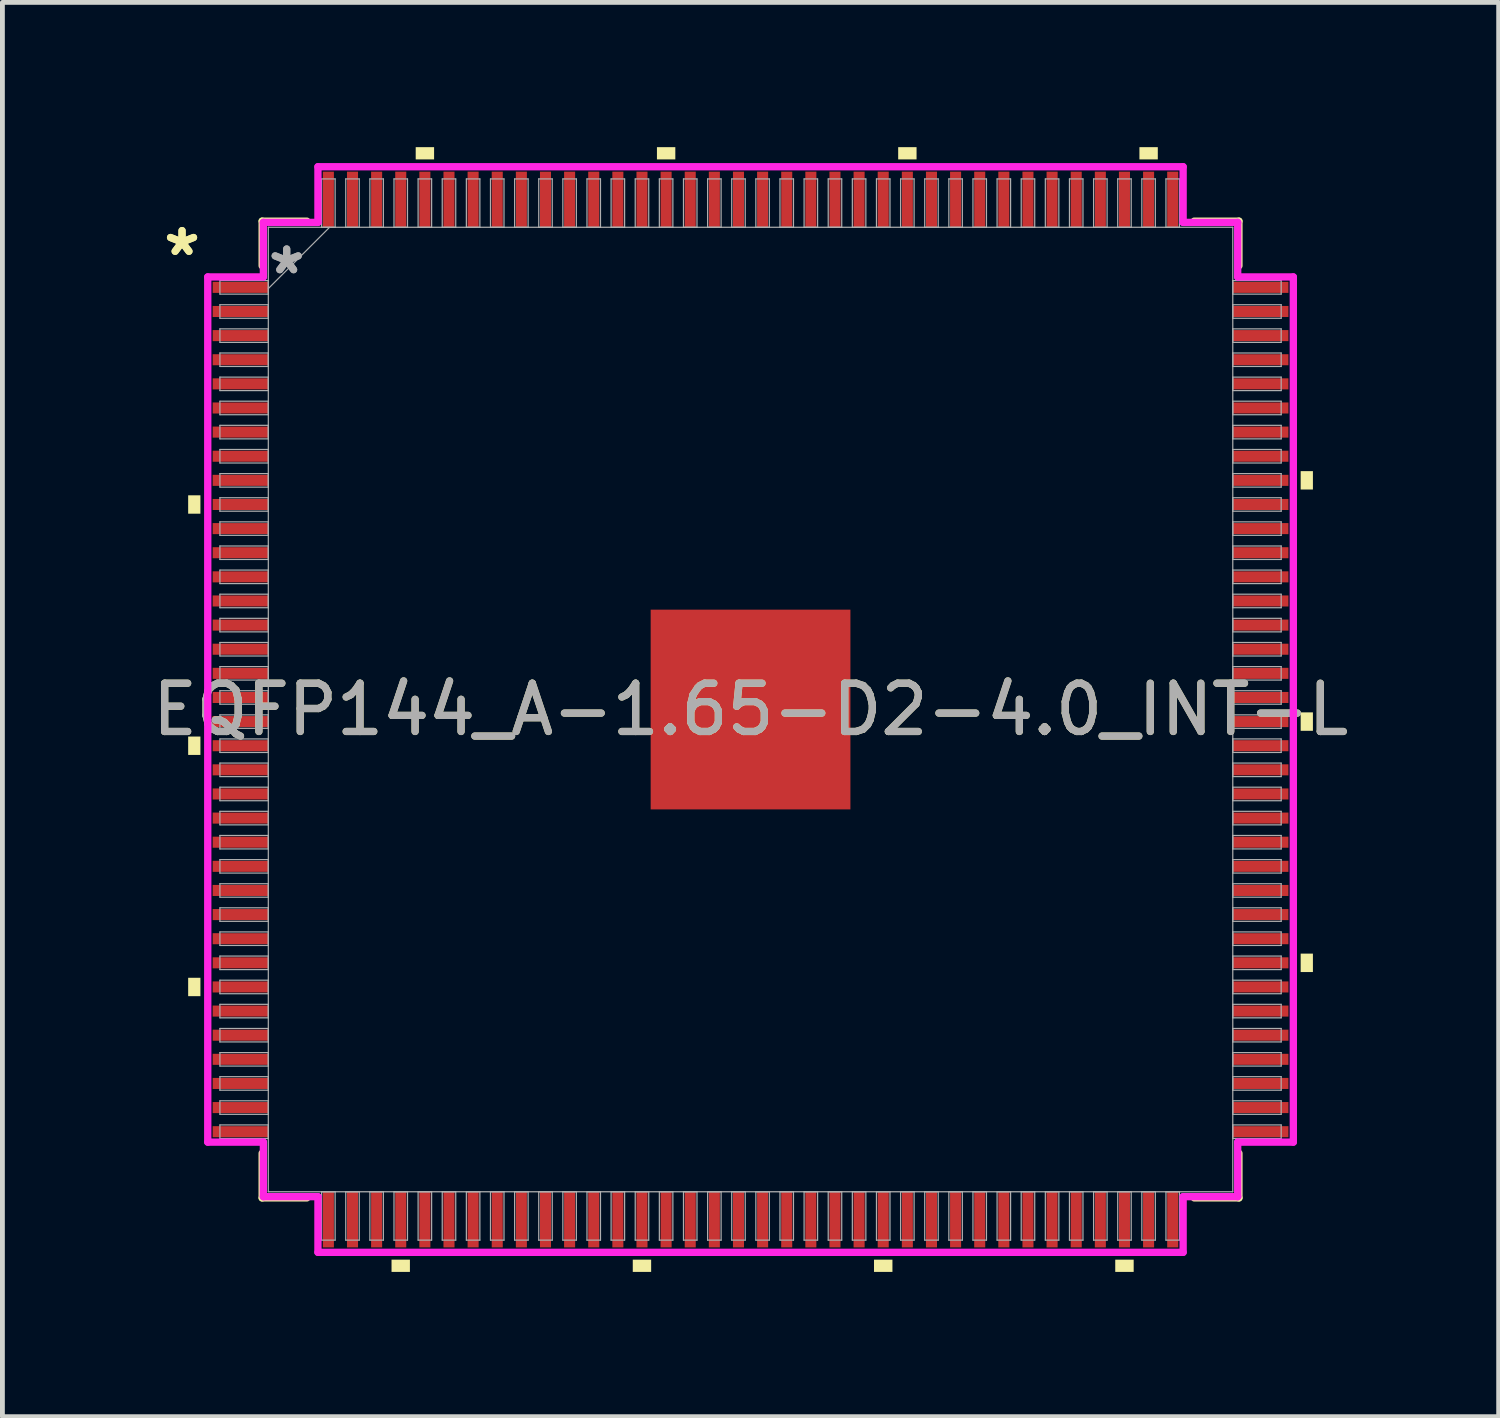
<source format=kicad_pcb>
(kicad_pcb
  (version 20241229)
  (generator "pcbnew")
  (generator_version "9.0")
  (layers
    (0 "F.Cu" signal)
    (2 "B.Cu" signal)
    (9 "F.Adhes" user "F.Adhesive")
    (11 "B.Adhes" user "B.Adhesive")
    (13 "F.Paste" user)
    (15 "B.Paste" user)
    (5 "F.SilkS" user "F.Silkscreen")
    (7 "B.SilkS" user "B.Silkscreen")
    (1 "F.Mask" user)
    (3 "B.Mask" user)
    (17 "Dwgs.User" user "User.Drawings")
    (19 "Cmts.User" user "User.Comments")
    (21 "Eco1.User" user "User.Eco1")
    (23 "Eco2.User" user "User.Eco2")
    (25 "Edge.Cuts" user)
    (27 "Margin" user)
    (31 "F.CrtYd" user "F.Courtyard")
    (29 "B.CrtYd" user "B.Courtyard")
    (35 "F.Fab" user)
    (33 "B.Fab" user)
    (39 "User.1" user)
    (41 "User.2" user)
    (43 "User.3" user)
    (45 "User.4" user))
  (footprint "EQFP144_A-1.65-D2-4.0_INT-L"
    (layer "F.Cu")
    (at 12.506 11.656)
    (property "Reference" "EQFP144_A-1.65-D2-4.0_INT-L" (at 0 0 0) (unlocked yes) (layer "F.SilkS") (effects (font (size 1 1) (thickness 0.15))))
    (attr smd)
    (fp_line (start -10.122 -10.122) (end -10.122 -9.197) (stroke (width 0.152) (type solid)) (layer "F.SilkS"))
    (fp_line (start -10.122 9.197) (end -10.122 10.122) (stroke (width 0.152) (type solid)) (layer "F.SilkS"))
    (fp_line (start -10.122 10.122) (end -9.197 10.122) (stroke (width 0.152) (type solid)) (layer "F.SilkS"))
    (fp_line (start -9.197 -10.122) (end -10.122 -10.122) (stroke (width 0.152) (type solid)) (layer "F.SilkS"))
    (fp_line (start 9.197 10.122) (end 10.122 10.122) (stroke (width 0.152) (type solid)) (layer "F.SilkS"))
    (fp_line (start 10.122 -10.122) (end 9.197 -10.122) (stroke (width 0.152) (type solid)) (layer "F.SilkS"))
    (fp_line (start 10.122 -9.197) (end 10.122 -10.122) (stroke (width 0.152) (type solid)) (layer "F.SilkS"))
    (fp_line (start 10.122 10.122) (end 10.122 9.197) (stroke (width 0.152) (type solid)) (layer "F.SilkS"))
    (fp_poly (pts (xy -11.656 -4.44) (xy -11.656 -4.059) (xy -11.402 -4.059) (xy -11.402 -4.44)) (stroke (width 0) (type solid)) (fill yes) (layer "F.SilkS"))
    (fp_poly (pts (xy -11.656 0.56) (xy -11.656 0.941) (xy -11.402 0.941) (xy -11.402 0.56)) (stroke (width 0) (type solid)) (fill yes) (layer "F.SilkS"))
    (fp_poly (pts (xy -11.656 5.56) (xy -11.656 5.941) (xy -11.402 5.941) (xy -11.402 5.56)) (stroke (width 0) (type solid)) (fill yes) (layer "F.SilkS"))
    (fp_poly (pts (xy -7.441 11.402) (xy -7.441 11.656) (xy -7.06 11.656) (xy -7.06 11.402)) (stroke (width 0) (type solid)) (fill yes) (layer "F.SilkS"))
    (fp_poly (pts (xy -6.94 -11.402) (xy -6.94 -11.656) (xy -6.559 -11.656) (xy -6.559 -11.402)) (stroke (width 0) (type solid)) (fill yes) (layer "F.SilkS"))
    (fp_poly (pts (xy -2.441 11.402) (xy -2.441 11.656) (xy -2.06 11.656) (xy -2.06 11.402)) (stroke (width 0) (type solid)) (fill yes) (layer "F.SilkS"))
    (fp_poly (pts (xy -1.94 -11.402) (xy -1.94 -11.656) (xy -1.559 -11.656) (xy -1.559 -11.402)) (stroke (width 0) (type solid)) (fill yes) (layer "F.SilkS"))
    (fp_poly (pts (xy 2.559 11.402) (xy 2.559 11.656) (xy 2.941 11.656) (xy 2.941 11.402)) (stroke (width 0) (type solid)) (fill yes) (layer "F.SilkS"))
    (fp_poly (pts (xy 3.06 -11.402) (xy 3.06 -11.656) (xy 3.441 -11.656) (xy 3.441 -11.402)) (stroke (width 0) (type solid)) (fill yes) (layer "F.SilkS"))
    (fp_poly (pts (xy 7.559 11.402) (xy 7.559 11.656) (xy 7.941 11.656) (xy 7.941 11.402)) (stroke (width 0) (type solid)) (fill yes) (layer "F.SilkS"))
    (fp_poly (pts (xy 8.06 -11.402) (xy 8.06 -11.656) (xy 8.441 -11.656) (xy 8.441 -11.402)) (stroke (width 0) (type solid)) (fill yes) (layer "F.SilkS"))
    (fp_poly (pts (xy 11.656 -4.941) (xy 11.656 -4.56) (xy 11.402 -4.56) (xy 11.402 -4.941)) (stroke (width 0) (type solid)) (fill yes) (layer "F.SilkS"))
    (fp_poly (pts (xy 11.656 0.059) (xy 11.656 0.441) (xy 11.402 0.441) (xy 11.402 0.059)) (stroke (width 0) (type solid)) (fill yes) (layer "F.SilkS"))
    (fp_poly (pts (xy 11.656 5.059) (xy 11.656 5.441) (xy 11.402 5.441) (xy 11.402 5.059)) (stroke (width 0) (type solid)) (fill yes) (layer "F.SilkS"))
    (fp_poly (pts (xy -1.97 -1.97) (xy -1.97 -0.79) (xy -0.79 -0.79) (xy -0.79 -1.97)) (stroke (width 0) (type solid)) (fill yes) (layer "F.Paste"))
    (fp_poly (pts (xy -1.97 -0.59) (xy -1.97 0.59) (xy -0.79 0.59) (xy -0.79 -0.59)) (stroke (width 0) (type solid)) (fill yes) (layer "F.Paste"))
    (fp_poly (pts (xy -1.97 0.79) (xy -1.97 1.97) (xy -0.79 1.97) (xy -0.79 0.79)) (stroke (width 0) (type solid)) (fill yes) (layer "F.Paste"))
    (fp_poly (pts (xy -0.59 -1.97) (xy -0.59 -0.79) (xy 0.59 -0.79) (xy 0.59 -1.97)) (stroke (width 0) (type solid)) (fill yes) (layer "F.Paste"))
    (fp_poly (pts (xy -0.59 -0.59) (xy -0.59 0.59) (xy 0.59 0.59) (xy 0.59 -0.59)) (stroke (width 0) (type solid)) (fill yes) (layer "F.Paste"))
    (fp_poly (pts (xy -0.59 0.79) (xy -0.59 1.97) (xy 0.59 1.97) (xy 0.59 0.79)) (stroke (width 0) (type solid)) (fill yes) (layer "F.Paste"))
    (fp_poly (pts (xy 0.79 -1.97) (xy 0.79 -0.79) (xy 1.97 -0.79) (xy 1.97 -1.97)) (stroke (width 0) (type solid)) (fill yes) (layer "F.Paste"))
    (fp_poly (pts (xy 0.79 -0.59) (xy 0.79 0.59) (xy 1.97 0.59) (xy 1.97 -0.59)) (stroke (width 0) (type solid)) (fill yes) (layer "F.Paste"))
    (fp_poly (pts (xy 0.79 0.79) (xy 0.79 1.97) (xy 1.97 1.97) (xy 1.97 0.79)) (stroke (width 0) (type solid)) (fill yes) (layer "F.Paste"))
    (fp_line (start -11.25 -8.966) (end -10.097 -8.966) (stroke (width 0.152) (type solid)) (layer "F.CrtYd"))
    (fp_line (start -11.25 8.966) (end -11.25 -8.966) (stroke (width 0.152) (type solid)) (layer "F.CrtYd"))
    (fp_line (start -10.097 -10.097) (end -8.966 -10.097) (stroke (width 0.152) (type solid)) (layer "F.CrtYd"))
    (fp_line (start -10.097 -8.966) (end -10.097 -10.097) (stroke (width 0.152) (type solid)) (layer "F.CrtYd"))
    (fp_line (start -10.097 8.966) (end -11.25 8.966) (stroke (width 0.152) (type solid)) (layer "F.CrtYd"))
    (fp_line (start -10.097 10.097) (end -10.097 8.966) (stroke (width 0.152) (type solid)) (layer "F.CrtYd"))
    (fp_line (start -10.097 10.097) (end -8.966 10.097) (stroke (width 0.152) (type solid)) (layer "F.CrtYd"))
    (fp_line (start -8.966 -11.25) (end 8.966 -11.25) (stroke (width 0.152) (type solid)) (layer "F.CrtYd"))
    (fp_line (start -8.966 -10.097) (end -8.966 -11.25) (stroke (width 0.152) (type solid)) (layer "F.CrtYd"))
    (fp_line (start -8.966 10.097) (end -8.966 11.25) (stroke (width 0.152) (type solid)) (layer "F.CrtYd"))
    (fp_line (start -8.966 11.25) (end 8.966 11.25) (stroke (width 0.152) (type solid)) (layer "F.CrtYd"))
    (fp_line (start 8.966 -11.25) (end 8.966 -10.097) (stroke (width 0.152) (type solid)) (layer "F.CrtYd"))
    (fp_line (start 8.966 -10.097) (end 10.097 -10.097) (stroke (width 0.152) (type solid)) (layer "F.CrtYd"))
    (fp_line (start 8.966 10.097) (end 10.097 10.097) (stroke (width 0.152) (type solid)) (layer "F.CrtYd"))
    (fp_line (start 8.966 11.25) (end 8.966 10.097) (stroke (width 0.152) (type solid)) (layer "F.CrtYd"))
    (fp_line (start 10.097 -8.966) (end 10.097 -10.097) (stroke (width 0.152) (type solid)) (layer "F.CrtYd"))
    (fp_line (start 10.097 8.966) (end 11.25 8.966) (stroke (width 0.152) (type solid)) (layer "F.CrtYd"))
    (fp_line (start 10.097 10.097) (end 10.097 8.966) (stroke (width 0.152) (type solid)) (layer "F.CrtYd"))
    (fp_line (start 11.25 -8.966) (end 10.097 -8.966) (stroke (width 0.152) (type solid)) (layer "F.CrtYd"))
    (fp_line (start 11.25 8.966) (end 11.25 -8.966) (stroke (width 0.152) (type solid)) (layer "F.CrtYd"))
    (fp_line (start -10.998 -8.89) (end -10.998 -8.61) (stroke (width 0.025) (type solid)) (layer "F.Fab"))
    (fp_line (start -10.998 -8.61) (end -9.995 -8.61) (stroke (width 0.025) (type solid)) (layer "F.Fab"))
    (fp_line (start -10.998 -8.39) (end -10.998 -8.11) (stroke (width 0.025) (type solid)) (layer "F.Fab"))
    (fp_line (start -10.998 -8.11) (end -9.995 -8.11) (stroke (width 0.025) (type solid)) (layer "F.Fab"))
    (fp_line (start -10.998 -7.89) (end -10.998 -7.61) (stroke (width 0.025) (type solid)) (layer "F.Fab"))
    (fp_line (start -10.998 -7.61) (end -9.995 -7.61) (stroke (width 0.025) (type solid)) (layer "F.Fab"))
    (fp_line (start -10.998 -7.39) (end -10.998 -7.11) (stroke (width 0.025) (type solid)) (layer "F.Fab"))
    (fp_line (start -10.998 -7.11) (end -9.995 -7.11) (stroke (width 0.025) (type solid)) (layer "F.Fab"))
    (fp_line (start -10.998 -6.89) (end -10.998 -6.61) (stroke (width 0.025) (type solid)) (layer "F.Fab"))
    (fp_line (start -10.998 -6.61) (end -9.995 -6.61) (stroke (width 0.025) (type solid)) (layer "F.Fab"))
    (fp_line (start -10.998 -6.39) (end -10.998 -6.11) (stroke (width 0.025) (type solid)) (layer "F.Fab"))
    (fp_line (start -10.998 -6.11) (end -9.995 -6.11) (stroke (width 0.025) (type solid)) (layer "F.Fab"))
    (fp_line (start -10.998 -5.89) (end -10.998 -5.61) (stroke (width 0.025) (type solid)) (layer "F.Fab"))
    (fp_line (start -10.998 -5.61) (end -9.995 -5.61) (stroke (width 0.025) (type solid)) (layer "F.Fab"))
    (fp_line (start -10.998 -5.39) (end -10.998 -5.11) (stroke (width 0.025) (type solid)) (layer "F.Fab"))
    (fp_line (start -10.998 -5.11) (end -9.995 -5.11) (stroke (width 0.025) (type solid)) (layer "F.Fab"))
    (fp_line (start -10.998 -4.89) (end -10.998 -4.61) (stroke (width 0.025) (type solid)) (layer "F.Fab"))
    (fp_line (start -10.998 -4.61) (end -9.995 -4.61) (stroke (width 0.025) (type solid)) (layer "F.Fab"))
    (fp_line (start -10.998 -4.39) (end -10.998 -4.11) (stroke (width 0.025) (type solid)) (layer "F.Fab"))
    (fp_line (start -10.998 -4.11) (end -9.995 -4.11) (stroke (width 0.025) (type solid)) (layer "F.Fab"))
    (fp_line (start -10.998 -3.89) (end -10.998 -3.61) (stroke (width 0.025) (type solid)) (layer "F.Fab"))
    (fp_line (start -10.998 -3.61) (end -9.995 -3.61) (stroke (width 0.025) (type solid)) (layer "F.Fab"))
    (fp_line (start -10.998 -3.39) (end -10.998 -3.11) (stroke (width 0.025) (type solid)) (layer "F.Fab"))
    (fp_line (start -10.998 -3.11) (end -9.995 -3.11) (stroke (width 0.025) (type solid)) (layer "F.Fab"))
    (fp_line (start -10.998 -2.89) (end -10.998 -2.61) (stroke (width 0.025) (type solid)) (layer "F.Fab"))
    (fp_line (start -10.998 -2.61) (end -9.995 -2.61) (stroke (width 0.025) (type solid)) (layer "F.Fab"))
    (fp_line (start -10.998 -2.39) (end -10.998 -2.11) (stroke (width 0.025) (type solid)) (layer "F.Fab"))
    (fp_line (start -10.998 -2.11) (end -9.995 -2.11) (stroke (width 0.025) (type solid)) (layer "F.Fab"))
    (fp_line (start -10.998 -1.89) (end -10.998 -1.61) (stroke (width 0.025) (type solid)) (layer "F.Fab"))
    (fp_line (start -10.998 -1.61) (end -9.995 -1.61) (stroke (width 0.025) (type solid)) (layer "F.Fab"))
    (fp_line (start -10.998 -1.39) (end -10.998 -1.11) (stroke (width 0.025) (type solid)) (layer "F.Fab"))
    (fp_line (start -10.998 -1.11) (end -9.995 -1.11) (stroke (width 0.025) (type solid)) (layer "F.Fab"))
    (fp_line (start -10.998 -0.89) (end -10.998 -0.61) (stroke (width 0.025) (type solid)) (layer "F.Fab"))
    (fp_line (start -10.998 -0.61) (end -9.995 -0.61) (stroke (width 0.025) (type solid)) (layer "F.Fab"))
    (fp_line (start -10.998 -0.39) (end -10.998 -0.11) (stroke (width 0.025) (type solid)) (layer "F.Fab"))
    (fp_line (start -10.998 -0.11) (end -9.995 -0.11) (stroke (width 0.025) (type solid)) (layer "F.Fab"))
    (fp_line (start -10.998 0.11) (end -10.998 0.39) (stroke (width 0.025) (type solid)) (layer "F.Fab"))
    (fp_line (start -10.998 0.39) (end -9.995 0.39) (stroke (width 0.025) (type solid)) (layer "F.Fab"))
    (fp_line (start -10.998 0.61) (end -10.998 0.89) (stroke (width 0.025) (type solid)) (layer "F.Fab"))
    (fp_line (start -10.998 0.89) (end -9.995 0.89) (stroke (width 0.025) (type solid)) (layer "F.Fab"))
    (fp_line (start -10.998 1.11) (end -10.998 1.39) (stroke (width 0.025) (type solid)) (layer "F.Fab"))
    (fp_line (start -10.998 1.39) (end -9.995 1.39) (stroke (width 0.025) (type solid)) (layer "F.Fab"))
    (fp_line (start -10.998 1.61) (end -10.998 1.89) (stroke (width 0.025) (type solid)) (layer "F.Fab"))
    (fp_line (start -10.998 1.89) (end -9.995 1.89) (stroke (width 0.025) (type solid)) (layer "F.Fab"))
    (fp_line (start -10.998 2.11) (end -10.998 2.39) (stroke (width 0.025) (type solid)) (layer "F.Fab"))
    (fp_line (start -10.998 2.39) (end -9.995 2.39) (stroke (width 0.025) (type solid)) (layer "F.Fab"))
    (fp_line (start -10.998 2.61) (end -10.998 2.89) (stroke (width 0.025) (type solid)) (layer "F.Fab"))
    (fp_line (start -10.998 2.89) (end -9.995 2.89) (stroke (width 0.025) (type solid)) (layer "F.Fab"))
    (fp_line (start -10.998 3.11) (end -10.998 3.39) (stroke (width 0.025) (type solid)) (layer "F.Fab"))
    (fp_line (start -10.998 3.39) (end -9.995 3.39) (stroke (width 0.025) (type solid)) (layer "F.Fab"))
    (fp_line (start -10.998 3.61) (end -10.998 3.89) (stroke (width 0.025) (type solid)) (layer "F.Fab"))
    (fp_line (start -10.998 3.89) (end -9.995 3.89) (stroke (width 0.025) (type solid)) (layer "F.Fab"))
    (fp_line (start -10.998 4.11) (end -10.998 4.39) (stroke (width 0.025) (type solid)) (layer "F.Fab"))
    (fp_line (start -10.998 4.39) (end -9.995 4.39) (stroke (width 0.025) (type solid)) (layer "F.Fab"))
    (fp_line (start -10.998 4.61) (end -10.998 4.89) (stroke (width 0.025) (type solid)) (layer "F.Fab"))
    (fp_line (start -10.998 4.89) (end -9.995 4.89) (stroke (width 0.025) (type solid)) (layer "F.Fab"))
    (fp_line (start -10.998 5.11) (end -10.998 5.39) (stroke (width 0.025) (type solid)) (layer "F.Fab"))
    (fp_line (start -10.998 5.39) (end -9.995 5.39) (stroke (width 0.025) (type solid)) (layer "F.Fab"))
    (fp_line (start -10.998 5.61) (end -10.998 5.89) (stroke (width 0.025) (type solid)) (layer "F.Fab"))
    (fp_line (start -10.998 5.89) (end -9.995 5.89) (stroke (width 0.025) (type solid)) (layer "F.Fab"))
    (fp_line (start -10.998 6.11) (end -10.998 6.39) (stroke (width 0.025) (type solid)) (layer "F.Fab"))
    (fp_line (start -10.998 6.39) (end -9.995 6.39) (stroke (width 0.025) (type solid)) (layer "F.Fab"))
    (fp_line (start -10.998 6.61) (end -10.998 6.89) (stroke (width 0.025) (type solid)) (layer "F.Fab"))
    (fp_line (start -10.998 6.89) (end -9.995 6.89) (stroke (width 0.025) (type solid)) (layer "F.Fab"))
    (fp_line (start -10.998 7.11) (end -10.998 7.39) (stroke (width 0.025) (type solid)) (layer "F.Fab"))
    (fp_line (start -10.998 7.39) (end -9.995 7.39) (stroke (width 0.025) (type solid)) (layer "F.Fab"))
    (fp_line (start -10.998 7.61) (end -10.998 7.89) (stroke (width 0.025) (type solid)) (layer "F.Fab"))
    (fp_line (start -10.998 7.89) (end -9.995 7.89) (stroke (width 0.025) (type solid)) (layer "F.Fab"))
    (fp_line (start -10.998 8.11) (end -10.998 8.39) (stroke (width 0.025) (type solid)) (layer "F.Fab"))
    (fp_line (start -10.998 8.39) (end -9.995 8.39) (stroke (width 0.025) (type solid)) (layer "F.Fab"))
    (fp_line (start -10.998 8.61) (end -10.998 8.89) (stroke (width 0.025) (type solid)) (layer "F.Fab"))
    (fp_line (start -10.998 8.89) (end -9.995 8.89) (stroke (width 0.025) (type solid)) (layer "F.Fab"))
    (fp_line (start -9.995 -9.995) (end -9.995 9.995) (stroke (width 0.025) (type solid)) (layer "F.Fab"))
    (fp_line (start -9.995 -8.89) (end -10.998 -8.89) (stroke (width 0.025) (type solid)) (layer "F.Fab"))
    (fp_line (start -9.995 -8.725) (end -8.725 -9.995) (stroke (width 0.025) (type solid)) (layer "F.Fab"))
    (fp_line (start -9.995 -8.61) (end -9.995 -8.89) (stroke (width 0.025) (type solid)) (layer "F.Fab"))
    (fp_line (start -9.995 -8.39) (end -10.998 -8.39) (stroke (width 0.025) (type solid)) (layer "F.Fab"))
    (fp_line (start -9.995 -8.11) (end -9.995 -8.39) (stroke (width 0.025) (type solid)) (layer "F.Fab"))
    (fp_line (start -9.995 -7.89) (end -10.998 -7.89) (stroke (width 0.025) (type solid)) (layer "F.Fab"))
    (fp_line (start -9.995 -7.61) (end -9.995 -7.89) (stroke (width 0.025) (type solid)) (layer "F.Fab"))
    (fp_line (start -9.995 -7.39) (end -10.998 -7.39) (stroke (width 0.025) (type solid)) (layer "F.Fab"))
    (fp_line (start -9.995 -7.11) (end -9.995 -7.39) (stroke (width 0.025) (type solid)) (layer "F.Fab"))
    (fp_line (start -9.995 -6.89) (end -10.998 -6.89) (stroke (width 0.025) (type solid)) (layer "F.Fab"))
    (fp_line (start -9.995 -6.61) (end -9.995 -6.89) (stroke (width 0.025) (type solid)) (layer "F.Fab"))
    (fp_line (start -9.995 -6.39) (end -10.998 -6.39) (stroke (width 0.025) (type solid)) (layer "F.Fab"))
    (fp_line (start -9.995 -6.11) (end -9.995 -6.39) (stroke (width 0.025) (type solid)) (layer "F.Fab"))
    (fp_line (start -9.995 -5.89) (end -10.998 -5.89) (stroke (width 0.025) (type solid)) (layer "F.Fab"))
    (fp_line (start -9.995 -5.61) (end -9.995 -5.89) (stroke (width 0.025) (type solid)) (layer "F.Fab"))
    (fp_line (start -9.995 -5.39) (end -10.998 -5.39) (stroke (width 0.025) (type solid)) (layer "F.Fab"))
    (fp_line (start -9.995 -5.11) (end -9.995 -5.39) (stroke (width 0.025) (type solid)) (layer "F.Fab"))
    (fp_line (start -9.995 -4.89) (end -10.998 -4.89) (stroke (width 0.025) (type solid)) (layer "F.Fab"))
    (fp_line (start -9.995 -4.61) (end -9.995 -4.89) (stroke (width 0.025) (type solid)) (layer "F.Fab"))
    (fp_line (start -9.995 -4.39) (end -10.998 -4.39) (stroke (width 0.025) (type solid)) (layer "F.Fab"))
    (fp_line (start -9.995 -4.11) (end -9.995 -4.39) (stroke (width 0.025) (type solid)) (layer "F.Fab"))
    (fp_line (start -9.995 -3.89) (end -10.998 -3.89) (stroke (width 0.025) (type solid)) (layer "F.Fab"))
    (fp_line (start -9.995 -3.61) (end -9.995 -3.89) (stroke (width 0.025) (type solid)) (layer "F.Fab"))
    (fp_line (start -9.995 -3.39) (end -10.998 -3.39) (stroke (width 0.025) (type solid)) (layer "F.Fab"))
    (fp_line (start -9.995 -3.11) (end -9.995 -3.39) (stroke (width 0.025) (type solid)) (layer "F.Fab"))
    (fp_line (start -9.995 -2.89) (end -10.998 -2.89) (stroke (width 0.025) (type solid)) (layer "F.Fab"))
    (fp_line (start -9.995 -2.61) (end -9.995 -2.89) (stroke (width 0.025) (type solid)) (layer "F.Fab"))
    (fp_line (start -9.995 -2.39) (end -10.998 -2.39) (stroke (width 0.025) (type solid)) (layer "F.Fab"))
    (fp_line (start -9.995 -2.11) (end -9.995 -2.39) (stroke (width 0.025) (type solid)) (layer "F.Fab"))
    (fp_line (start -9.995 -1.89) (end -10.998 -1.89) (stroke (width 0.025) (type solid)) (layer "F.Fab"))
    (fp_line (start -9.995 -1.61) (end -9.995 -1.89) (stroke (width 0.025) (type solid)) (layer "F.Fab"))
    (fp_line (start -9.995 -1.39) (end -10.998 -1.39) (stroke (width 0.025) (type solid)) (layer "F.Fab"))
    (fp_line (start -9.995 -1.11) (end -9.995 -1.39) (stroke (width 0.025) (type solid)) (layer "F.Fab"))
    (fp_line (start -9.995 -0.89) (end -10.998 -0.89) (stroke (width 0.025) (type solid)) (layer "F.Fab"))
    (fp_line (start -9.995 -0.61) (end -9.995 -0.89) (stroke (width 0.025) (type solid)) (layer "F.Fab"))
    (fp_line (start -9.995 -0.39) (end -10.998 -0.39) (stroke (width 0.025) (type solid)) (layer "F.Fab"))
    (fp_line (start -9.995 -0.11) (end -9.995 -0.39) (stroke (width 0.025) (type solid)) (layer "F.Fab"))
    (fp_line (start -9.995 0.11) (end -10.998 0.11) (stroke (width 0.025) (type solid)) (layer "F.Fab"))
    (fp_line (start -9.995 0.39) (end -9.995 0.11) (stroke (width 0.025) (type solid)) (layer "F.Fab"))
    (fp_line (start -9.995 0.61) (end -10.998 0.61) (stroke (width 0.025) (type solid)) (layer "F.Fab"))
    (fp_line (start -9.995 0.89) (end -9.995 0.61) (stroke (width 0.025) (type solid)) (layer "F.Fab"))
    (fp_line (start -9.995 1.11) (end -10.998 1.11) (stroke (width 0.025) (type solid)) (layer "F.Fab"))
    (fp_line (start -9.995 1.39) (end -9.995 1.11) (stroke (width 0.025) (type solid)) (layer "F.Fab"))
    (fp_line (start -9.995 1.61) (end -10.998 1.61) (stroke (width 0.025) (type solid)) (layer "F.Fab"))
    (fp_line (start -9.995 1.89) (end -9.995 1.61) (stroke (width 0.025) (type solid)) (layer "F.Fab"))
    (fp_line (start -9.995 2.11) (end -10.998 2.11) (stroke (width 0.025) (type solid)) (layer "F.Fab"))
    (fp_line (start -9.995 2.39) (end -9.995 2.11) (stroke (width 0.025) (type solid)) (layer "F.Fab"))
    (fp_line (start -9.995 2.61) (end -10.998 2.61) (stroke (width 0.025) (type solid)) (layer "F.Fab"))
    (fp_line (start -9.995 2.89) (end -9.995 2.61) (stroke (width 0.025) (type solid)) (layer "F.Fab"))
    (fp_line (start -9.995 3.11) (end -10.998 3.11) (stroke (width 0.025) (type solid)) (layer "F.Fab"))
    (fp_line (start -9.995 3.39) (end -9.995 3.11) (stroke (width 0.025) (type solid)) (layer "F.Fab"))
    (fp_line (start -9.995 3.61) (end -10.998 3.61) (stroke (width 0.025) (type solid)) (layer "F.Fab"))
    (fp_line (start -9.995 3.89) (end -9.995 3.61) (stroke (width 0.025) (type solid)) (layer "F.Fab"))
    (fp_line (start -9.995 4.11) (end -10.998 4.11) (stroke (width 0.025) (type solid)) (layer "F.Fab"))
    (fp_line (start -9.995 4.39) (end -9.995 4.11) (stroke (width 0.025) (type solid)) (layer "F.Fab"))
    (fp_line (start -9.995 4.61) (end -10.998 4.61) (stroke (width 0.025) (type solid)) (layer "F.Fab"))
    (fp_line (start -9.995 4.89) (end -9.995 4.61) (stroke (width 0.025) (type solid)) (layer "F.Fab"))
    (fp_line (start -9.995 5.11) (end -10.998 5.11) (stroke (width 0.025) (type solid)) (layer "F.Fab"))
    (fp_line (start -9.995 5.39) (end -9.995 5.11) (stroke (width 0.025) (type solid)) (layer "F.Fab"))
    (fp_line (start -9.995 5.61) (end -10.998 5.61) (stroke (width 0.025) (type solid)) (layer "F.Fab"))
    (fp_line (start -9.995 5.89) (end -9.995 5.61) (stroke (width 0.025) (type solid)) (layer "F.Fab"))
    (fp_line (start -9.995 6.11) (end -10.998 6.11) (stroke (width 0.025) (type solid)) (layer "F.Fab"))
    (fp_line (start -9.995 6.39) (end -9.995 6.11) (stroke (width 0.025) (type solid)) (layer "F.Fab"))
    (fp_line (start -9.995 6.61) (end -10.998 6.61) (stroke (width 0.025) (type solid)) (layer "F.Fab"))
    (fp_line (start -9.995 6.89) (end -9.995 6.61) (stroke (width 0.025) (type solid)) (layer "F.Fab"))
    (fp_line (start -9.995 7.11) (end -10.998 7.11) (stroke (width 0.025) (type solid)) (layer "F.Fab"))
    (fp_line (start -9.995 7.39) (end -9.995 7.11) (stroke (width 0.025) (type solid)) (layer "F.Fab"))
    (fp_line (start -9.995 7.61) (end -10.998 7.61) (stroke (width 0.025) (type solid)) (layer "F.Fab"))
    (fp_line (start -9.995 7.89) (end -9.995 7.61) (stroke (width 0.025) (type solid)) (layer "F.Fab"))
    (fp_line (start -9.995 8.11) (end -10.998 8.11) (stroke (width 0.025) (type solid)) (layer "F.Fab"))
    (fp_line (start -9.995 8.39) (end -9.995 8.11) (stroke (width 0.025) (type solid)) (layer "F.Fab"))
    (fp_line (start -9.995 8.61) (end -10.998 8.61) (stroke (width 0.025) (type solid)) (layer "F.Fab"))
    (fp_line (start -9.995 8.89) (end -9.995 8.61) (stroke (width 0.025) (type solid)) (layer "F.Fab"))
    (fp_line (start -9.995 9.995) (end 9.995 9.995) (stroke (width 0.025) (type solid)) (layer "F.Fab"))
    (fp_line (start -8.89 -10.998) (end -8.89 -9.995) (stroke (width 0.025) (type solid)) (layer "F.Fab"))
    (fp_line (start -8.89 -9.995) (end -8.61 -9.995) (stroke (width 0.025) (type solid)) (layer "F.Fab"))
    (fp_line (start -8.89 9.995) (end -8.89 10.998) (stroke (width 0.025) (type solid)) (layer "F.Fab"))
    (fp_line (start -8.89 10.998) (end -8.61 10.998) (stroke (width 0.025) (type solid)) (layer "F.Fab"))
    (fp_line (start -8.61 -10.998) (end -8.89 -10.998) (stroke (width 0.025) (type solid)) (layer "F.Fab"))
    (fp_line (start -8.61 -9.995) (end -8.61 -10.998) (stroke (width 0.025) (type solid)) (layer "F.Fab"))
    (fp_line (start -8.61 9.995) (end -8.89 9.995) (stroke (width 0.025) (type solid)) (layer "F.Fab"))
    (fp_line (start -8.61 10.998) (end -8.61 9.995) (stroke (width 0.025) (type solid)) (layer "F.Fab"))
    (fp_line (start -8.39 -10.998) (end -8.39 -9.995) (stroke (width 0.025) (type solid)) (layer "F.Fab"))
    (fp_line (start -8.39 -9.995) (end -8.11 -9.995) (stroke (width 0.025) (type solid)) (layer "F.Fab"))
    (fp_line (start -8.39 9.995) (end -8.39 10.998) (stroke (width 0.025) (type solid)) (layer "F.Fab"))
    (fp_line (start -8.39 10.998) (end -8.11 10.998) (stroke (width 0.025) (type solid)) (layer "F.Fab"))
    (fp_line (start -8.11 -10.998) (end -8.39 -10.998) (stroke (width 0.025) (type solid)) (layer "F.Fab"))
    (fp_line (start -8.11 -9.995) (end -8.11 -10.998) (stroke (width 0.025) (type solid)) (layer "F.Fab"))
    (fp_line (start -8.11 9.995) (end -8.39 9.995) (stroke (width 0.025) (type solid)) (layer "F.Fab"))
    (fp_line (start -8.11 10.998) (end -8.11 9.995) (stroke (width 0.025) (type solid)) (layer "F.Fab"))
    (fp_line (start -7.89 -10.998) (end -7.89 -9.995) (stroke (width 0.025) (type solid)) (layer "F.Fab"))
    (fp_line (start -7.89 -9.995) (end -7.61 -9.995) (stroke (width 0.025) (type solid)) (layer "F.Fab"))
    (fp_line (start -7.89 9.995) (end -7.89 10.998) (stroke (width 0.025) (type solid)) (layer "F.Fab"))
    (fp_line (start -7.89 10.998) (end -7.61 10.998) (stroke (width 0.025) (type solid)) (layer "F.Fab"))
    (fp_line (start -7.61 -10.998) (end -7.89 -10.998) (stroke (width 0.025) (type solid)) (layer "F.Fab"))
    (fp_line (start -7.61 -9.995) (end -7.61 -10.998) (stroke (width 0.025) (type solid)) (layer "F.Fab"))
    (fp_line (start -7.61 9.995) (end -7.89 9.995) (stroke (width 0.025) (type solid)) (layer "F.Fab"))
    (fp_line (start -7.61 10.998) (end -7.61 9.995) (stroke (width 0.025) (type solid)) (layer "F.Fab"))
    (fp_line (start -7.39 -10.998) (end -7.39 -9.995) (stroke (width 0.025) (type solid)) (layer "F.Fab"))
    (fp_line (start -7.39 -9.995) (end -7.11 -9.995) (stroke (width 0.025) (type solid)) (layer "F.Fab"))
    (fp_line (start -7.39 9.995) (end -7.39 10.998) (stroke (width 0.025) (type solid)) (layer "F.Fab"))
    (fp_line (start -7.39 10.998) (end -7.11 10.998) (stroke (width 0.025) (type solid)) (layer "F.Fab"))
    (fp_line (start -7.11 -10.998) (end -7.39 -10.998) (stroke (width 0.025) (type solid)) (layer "F.Fab"))
    (fp_line (start -7.11 -9.995) (end -7.11 -10.998) (stroke (width 0.025) (type solid)) (layer "F.Fab"))
    (fp_line (start -7.11 9.995) (end -7.39 9.995) (stroke (width 0.025) (type solid)) (layer "F.Fab"))
    (fp_line (start -7.11 10.998) (end -7.11 9.995) (stroke (width 0.025) (type solid)) (layer "F.Fab"))
    (fp_line (start -6.89 -10.998) (end -6.89 -9.995) (stroke (width 0.025) (type solid)) (layer "F.Fab"))
    (fp_line (start -6.89 -9.995) (end -6.61 -9.995) (stroke (width 0.025) (type solid)) (layer "F.Fab"))
    (fp_line (start -6.89 9.995) (end -6.89 10.998) (stroke (width 0.025) (type solid)) (layer "F.Fab"))
    (fp_line (start -6.89 10.998) (end -6.61 10.998) (stroke (width 0.025) (type solid)) (layer "F.Fab"))
    (fp_line (start -6.61 -10.998) (end -6.89 -10.998) (stroke (width 0.025) (type solid)) (layer "F.Fab"))
    (fp_line (start -6.61 -9.995) (end -6.61 -10.998) (stroke (width 0.025) (type solid)) (layer "F.Fab"))
    (fp_line (start -6.61 9.995) (end -6.89 9.995) (stroke (width 0.025) (type solid)) (layer "F.Fab"))
    (fp_line (start -6.61 10.998) (end -6.61 9.995) (stroke (width 0.025) (type solid)) (layer "F.Fab"))
    (fp_line (start -6.39 -10.998) (end -6.39 -9.995) (stroke (width 0.025) (type solid)) (layer "F.Fab"))
    (fp_line (start -6.39 -9.995) (end -6.11 -9.995) (stroke (width 0.025) (type solid)) (layer "F.Fab"))
    (fp_line (start -6.39 9.995) (end -6.39 10.998) (stroke (width 0.025) (type solid)) (layer "F.Fab"))
    (fp_line (start -6.39 10.998) (end -6.11 10.998) (stroke (width 0.025) (type solid)) (layer "F.Fab"))
    (fp_line (start -6.11 -10.998) (end -6.39 -10.998) (stroke (width 0.025) (type solid)) (layer "F.Fab"))
    (fp_line (start -6.11 -9.995) (end -6.11 -10.998) (stroke (width 0.025) (type solid)) (layer "F.Fab"))
    (fp_line (start -6.11 9.995) (end -6.39 9.995) (stroke (width 0.025) (type solid)) (layer "F.Fab"))
    (fp_line (start -6.11 10.998) (end -6.11 9.995) (stroke (width 0.025) (type solid)) (layer "F.Fab"))
    (fp_line (start -5.89 -10.998) (end -5.89 -9.995) (stroke (width 0.025) (type solid)) (layer "F.Fab"))
    (fp_line (start -5.89 -9.995) (end -5.61 -9.995) (stroke (width 0.025) (type solid)) (layer "F.Fab"))
    (fp_line (start -5.89 9.995) (end -5.89 10.998) (stroke (width 0.025) (type solid)) (layer "F.Fab"))
    (fp_line (start -5.89 10.998) (end -5.61 10.998) (stroke (width 0.025) (type solid)) (layer "F.Fab"))
    (fp_line (start -5.61 -10.998) (end -5.89 -10.998) (stroke (width 0.025) (type solid)) (layer "F.Fab"))
    (fp_line (start -5.61 -9.995) (end -5.61 -10.998) (stroke (width 0.025) (type solid)) (layer "F.Fab"))
    (fp_line (start -5.61 9.995) (end -5.89 9.995) (stroke (width 0.025) (type solid)) (layer "F.Fab"))
    (fp_line (start -5.61 10.998) (end -5.61 9.995) (stroke (width 0.025) (type solid)) (layer "F.Fab"))
    (fp_line (start -5.39 -10.998) (end -5.39 -9.995) (stroke (width 0.025) (type solid)) (layer "F.Fab"))
    (fp_line (start -5.39 -9.995) (end -5.11 -9.995) (stroke (width 0.025) (type solid)) (layer "F.Fab"))
    (fp_line (start -5.39 9.995) (end -5.39 10.998) (stroke (width 0.025) (type solid)) (layer "F.Fab"))
    (fp_line (start -5.39 10.998) (end -5.11 10.998) (stroke (width 0.025) (type solid)) (layer "F.Fab"))
    (fp_line (start -5.11 -10.998) (end -5.39 -10.998) (stroke (width 0.025) (type solid)) (layer "F.Fab"))
    (fp_line (start -5.11 -9.995) (end -5.11 -10.998) (stroke (width 0.025) (type solid)) (layer "F.Fab"))
    (fp_line (start -5.11 9.995) (end -5.39 9.995) (stroke (width 0.025) (type solid)) (layer "F.Fab"))
    (fp_line (start -5.11 10.998) (end -5.11 9.995) (stroke (width 0.025) (type solid)) (layer "F.Fab"))
    (fp_line (start -4.89 -10.998) (end -4.89 -9.995) (stroke (width 0.025) (type solid)) (layer "F.Fab"))
    (fp_line (start -4.89 -9.995) (end -4.61 -9.995) (stroke (width 0.025) (type solid)) (layer "F.Fab"))
    (fp_line (start -4.89 9.995) (end -4.89 10.998) (stroke (width 0.025) (type solid)) (layer "F.Fab"))
    (fp_line (start -4.89 10.998) (end -4.61 10.998) (stroke (width 0.025) (type solid)) (layer "F.Fab"))
    (fp_line (start -4.61 -10.998) (end -4.89 -10.998) (stroke (width 0.025) (type solid)) (layer "F.Fab"))
    (fp_line (start -4.61 -9.995) (end -4.61 -10.998) (stroke (width 0.025) (type solid)) (layer "F.Fab"))
    (fp_line (start -4.61 9.995) (end -4.89 9.995) (stroke (width 0.025) (type solid)) (layer "F.Fab"))
    (fp_line (start -4.61 10.998) (end -4.61 9.995) (stroke (width 0.025) (type solid)) (layer "F.Fab"))
    (fp_line (start -4.39 -10.998) (end -4.39 -9.995) (stroke (width 0.025) (type solid)) (layer "F.Fab"))
    (fp_line (start -4.39 -9.995) (end -4.11 -9.995) (stroke (width 0.025) (type solid)) (layer "F.Fab"))
    (fp_line (start -4.39 9.995) (end -4.39 10.998) (stroke (width 0.025) (type solid)) (layer "F.Fab"))
    (fp_line (start -4.39 10.998) (end -4.11 10.998) (stroke (width 0.025) (type solid)) (layer "F.Fab"))
    (fp_line (start -4.11 -10.998) (end -4.39 -10.998) (stroke (width 0.025) (type solid)) (layer "F.Fab"))
    (fp_line (start -4.11 -9.995) (end -4.11 -10.998) (stroke (width 0.025) (type solid)) (layer "F.Fab"))
    (fp_line (start -4.11 9.995) (end -4.39 9.995) (stroke (width 0.025) (type solid)) (layer "F.Fab"))
    (fp_line (start -4.11 10.998) (end -4.11 9.995) (stroke (width 0.025) (type solid)) (layer "F.Fab"))
    (fp_line (start -3.89 -10.998) (end -3.89 -9.995) (stroke (width 0.025) (type solid)) (layer "F.Fab"))
    (fp_line (start -3.89 -9.995) (end -3.61 -9.995) (stroke (width 0.025) (type solid)) (layer "F.Fab"))
    (fp_line (start -3.89 9.995) (end -3.89 10.998) (stroke (width 0.025) (type solid)) (layer "F.Fab"))
    (fp_line (start -3.89 10.998) (end -3.61 10.998) (stroke (width 0.025) (type solid)) (layer "F.Fab"))
    (fp_line (start -3.61 -10.998) (end -3.89 -10.998) (stroke (width 0.025) (type solid)) (layer "F.Fab"))
    (fp_line (start -3.61 -9.995) (end -3.61 -10.998) (stroke (width 0.025) (type solid)) (layer "F.Fab"))
    (fp_line (start -3.61 9.995) (end -3.89 9.995) (stroke (width 0.025) (type solid)) (layer "F.Fab"))
    (fp_line (start -3.61 10.998) (end -3.61 9.995) (stroke (width 0.025) (type solid)) (layer "F.Fab"))
    (fp_line (start -3.39 -10.998) (end -3.39 -9.995) (stroke (width 0.025) (type solid)) (layer "F.Fab"))
    (fp_line (start -3.39 -9.995) (end -3.11 -9.995) (stroke (width 0.025) (type solid)) (layer "F.Fab"))
    (fp_line (start -3.39 9.995) (end -3.39 10.998) (stroke (width 0.025) (type solid)) (layer "F.Fab"))
    (fp_line (start -3.39 10.998) (end -3.11 10.998) (stroke (width 0.025) (type solid)) (layer "F.Fab"))
    (fp_line (start -3.11 -10.998) (end -3.39 -10.998) (stroke (width 0.025) (type solid)) (layer "F.Fab"))
    (fp_line (start -3.11 -9.995) (end -3.11 -10.998) (stroke (width 0.025) (type solid)) (layer "F.Fab"))
    (fp_line (start -3.11 9.995) (end -3.39 9.995) (stroke (width 0.025) (type solid)) (layer "F.Fab"))
    (fp_line (start -3.11 10.998) (end -3.11 9.995) (stroke (width 0.025) (type solid)) (layer "F.Fab"))
    (fp_line (start -2.89 -10.998) (end -2.89 -9.995) (stroke (width 0.025) (type solid)) (layer "F.Fab"))
    (fp_line (start -2.89 -9.995) (end -2.61 -9.995) (stroke (width 0.025) (type solid)) (layer "F.Fab"))
    (fp_line (start -2.89 9.995) (end -2.89 10.998) (stroke (width 0.025) (type solid)) (layer "F.Fab"))
    (fp_line (start -2.89 10.998) (end -2.61 10.998) (stroke (width 0.025) (type solid)) (layer "F.Fab"))
    (fp_line (start -2.61 -10.998) (end -2.89 -10.998) (stroke (width 0.025) (type solid)) (layer "F.Fab"))
    (fp_line (start -2.61 -9.995) (end -2.61 -10.998) (stroke (width 0.025) (type solid)) (layer "F.Fab"))
    (fp_line (start -2.61 9.995) (end -2.89 9.995) (stroke (width 0.025) (type solid)) (layer "F.Fab"))
    (fp_line (start -2.61 10.998) (end -2.61 9.995) (stroke (width 0.025) (type solid)) (layer "F.Fab"))
    (fp_line (start -2.39 -10.998) (end -2.39 -9.995) (stroke (width 0.025) (type solid)) (layer "F.Fab"))
    (fp_line (start -2.39 -9.995) (end -2.11 -9.995) (stroke (width 0.025) (type solid)) (layer "F.Fab"))
    (fp_line (start -2.39 9.995) (end -2.39 10.998) (stroke (width 0.025) (type solid)) (layer "F.Fab"))
    (fp_line (start -2.39 10.998) (end -2.11 10.998) (stroke (width 0.025) (type solid)) (layer "F.Fab"))
    (fp_line (start -2.11 -10.998) (end -2.39 -10.998) (stroke (width 0.025) (type solid)) (layer "F.Fab"))
    (fp_line (start -2.11 -9.995) (end -2.11 -10.998) (stroke (width 0.025) (type solid)) (layer "F.Fab"))
    (fp_line (start -2.11 9.995) (end -2.39 9.995) (stroke (width 0.025) (type solid)) (layer "F.Fab"))
    (fp_line (start -2.11 10.998) (end -2.11 9.995) (stroke (width 0.025) (type solid)) (layer "F.Fab"))
    (fp_line (start -1.89 -10.998) (end -1.89 -9.995) (stroke (width 0.025) (type solid)) (layer "F.Fab"))
    (fp_line (start -1.89 -9.995) (end -1.61 -9.995) (stroke (width 0.025) (type solid)) (layer "F.Fab"))
    (fp_line (start -1.89 9.995) (end -1.89 10.998) (stroke (width 0.025) (type solid)) (layer "F.Fab"))
    (fp_line (start -1.89 10.998) (end -1.61 10.998) (stroke (width 0.025) (type solid)) (layer "F.Fab"))
    (fp_line (start -1.61 -10.998) (end -1.89 -10.998) (stroke (width 0.025) (type solid)) (layer "F.Fab"))
    (fp_line (start -1.61 -9.995) (end -1.61 -10.998) (stroke (width 0.025) (type solid)) (layer "F.Fab"))
    (fp_line (start -1.61 9.995) (end -1.89 9.995) (stroke (width 0.025) (type solid)) (layer "F.Fab"))
    (fp_line (start -1.61 10.998) (end -1.61 9.995) (stroke (width 0.025) (type solid)) (layer "F.Fab"))
    (fp_line (start -1.39 -10.998) (end -1.39 -9.995) (stroke (width 0.025) (type solid)) (layer "F.Fab"))
    (fp_line (start -1.39 -9.995) (end -1.11 -9.995) (stroke (width 0.025) (type solid)) (layer "F.Fab"))
    (fp_line (start -1.39 9.995) (end -1.39 10.998) (stroke (width 0.025) (type solid)) (layer "F.Fab"))
    (fp_line (start -1.39 10.998) (end -1.11 10.998) (stroke (width 0.025) (type solid)) (layer "F.Fab"))
    (fp_line (start -1.11 -10.998) (end -1.39 -10.998) (stroke (width 0.025) (type solid)) (layer "F.Fab"))
    (fp_line (start -1.11 -9.995) (end -1.11 -10.998) (stroke (width 0.025) (type solid)) (layer "F.Fab"))
    (fp_line (start -1.11 9.995) (end -1.39 9.995) (stroke (width 0.025) (type solid)) (layer "F.Fab"))
    (fp_line (start -1.11 10.998) (end -1.11 9.995) (stroke (width 0.025) (type solid)) (layer "F.Fab"))
    (fp_line (start -0.89 -10.998) (end -0.89 -9.995) (stroke (width 0.025) (type solid)) (layer "F.Fab"))
    (fp_line (start -0.89 -9.995) (end -0.61 -9.995) (stroke (width 0.025) (type solid)) (layer "F.Fab"))
    (fp_line (start -0.89 9.995) (end -0.89 10.998) (stroke (width 0.025) (type solid)) (layer "F.Fab"))
    (fp_line (start -0.89 10.998) (end -0.61 10.998) (stroke (width 0.025) (type solid)) (layer "F.Fab"))
    (fp_line (start -0.61 -10.998) (end -0.89 -10.998) (stroke (width 0.025) (type solid)) (layer "F.Fab"))
    (fp_line (start -0.61 -9.995) (end -0.61 -10.998) (stroke (width 0.025) (type solid)) (layer "F.Fab"))
    (fp_line (start -0.61 9.995) (end -0.89 9.995) (stroke (width 0.025) (type solid)) (layer "F.Fab"))
    (fp_line (start -0.61 10.998) (end -0.61 9.995) (stroke (width 0.025) (type solid)) (layer "F.Fab"))
    (fp_line (start -0.39 -10.998) (end -0.39 -9.995) (stroke (width 0.025) (type solid)) (layer "F.Fab"))
    (fp_line (start -0.39 -9.995) (end -0.11 -9.995) (stroke (width 0.025) (type solid)) (layer "F.Fab"))
    (fp_line (start -0.39 9.995) (end -0.39 10.998) (stroke (width 0.025) (type solid)) (layer "F.Fab"))
    (fp_line (start -0.39 10.998) (end -0.11 10.998) (stroke (width 0.025) (type solid)) (layer "F.Fab"))
    (fp_line (start -0.11 -10.998) (end -0.39 -10.998) (stroke (width 0.025) (type solid)) (layer "F.Fab"))
    (fp_line (start -0.11 -9.995) (end -0.11 -10.998) (stroke (width 0.025) (type solid)) (layer "F.Fab"))
    (fp_line (start -0.11 9.995) (end -0.39 9.995) (stroke (width 0.025) (type solid)) (layer "F.Fab"))
    (fp_line (start -0.11 10.998) (end -0.11 9.995) (stroke (width 0.025) (type solid)) (layer "F.Fab"))
    (fp_line (start 0.11 -10.998) (end 0.11 -9.995) (stroke (width 0.025) (type solid)) (layer "F.Fab"))
    (fp_line (start 0.11 -9.995) (end 0.39 -9.995) (stroke (width 0.025) (type solid)) (layer "F.Fab"))
    (fp_line (start 0.11 9.995) (end 0.11 10.998) (stroke (width 0.025) (type solid)) (layer "F.Fab"))
    (fp_line (start 0.11 10.998) (end 0.39 10.998) (stroke (width 0.025) (type solid)) (layer "F.Fab"))
    (fp_line (start 0.39 -10.998) (end 0.11 -10.998) (stroke (width 0.025) (type solid)) (layer "F.Fab"))
    (fp_line (start 0.39 -9.995) (end 0.39 -10.998) (stroke (width 0.025) (type solid)) (layer "F.Fab"))
    (fp_line (start 0.39 9.995) (end 0.11 9.995) (stroke (width 0.025) (type solid)) (layer "F.Fab"))
    (fp_line (start 0.39 10.998) (end 0.39 9.995) (stroke (width 0.025) (type solid)) (layer "F.Fab"))
    (fp_line (start 0.61 -10.998) (end 0.61 -9.995) (stroke (width 0.025) (type solid)) (layer "F.Fab"))
    (fp_line (start 0.61 -9.995) (end 0.89 -9.995) (stroke (width 0.025) (type solid)) (layer "F.Fab"))
    (fp_line (start 0.61 9.995) (end 0.61 10.998) (stroke (width 0.025) (type solid)) (layer "F.Fab"))
    (fp_line (start 0.61 10.998) (end 0.89 10.998) (stroke (width 0.025) (type solid)) (layer "F.Fab"))
    (fp_line (start 0.89 -10.998) (end 0.61 -10.998) (stroke (width 0.025) (type solid)) (layer "F.Fab"))
    (fp_line (start 0.89 -9.995) (end 0.89 -10.998) (stroke (width 0.025) (type solid)) (layer "F.Fab"))
    (fp_line (start 0.89 9.995) (end 0.61 9.995) (stroke (width 0.025) (type solid)) (layer "F.Fab"))
    (fp_line (start 0.89 10.998) (end 0.89 9.995) (stroke (width 0.025) (type solid)) (layer "F.Fab"))
    (fp_line (start 1.11 -10.998) (end 1.11 -9.995) (stroke (width 0.025) (type solid)) (layer "F.Fab"))
    (fp_line (start 1.11 -9.995) (end 1.39 -9.995) (stroke (width 0.025) (type solid)) (layer "F.Fab"))
    (fp_line (start 1.11 9.995) (end 1.11 10.998) (stroke (width 0.025) (type solid)) (layer "F.Fab"))
    (fp_line (start 1.11 10.998) (end 1.39 10.998) (stroke (width 0.025) (type solid)) (layer "F.Fab"))
    (fp_line (start 1.39 -10.998) (end 1.11 -10.998) (stroke (width 0.025) (type solid)) (layer "F.Fab"))
    (fp_line (start 1.39 -9.995) (end 1.39 -10.998) (stroke (width 0.025) (type solid)) (layer "F.Fab"))
    (fp_line (start 1.39 9.995) (end 1.11 9.995) (stroke (width 0.025) (type solid)) (layer "F.Fab"))
    (fp_line (start 1.39 10.998) (end 1.39 9.995) (stroke (width 0.025) (type solid)) (layer "F.Fab"))
    (fp_line (start 1.61 -10.998) (end 1.61 -9.995) (stroke (width 0.025) (type solid)) (layer "F.Fab"))
    (fp_line (start 1.61 -9.995) (end 1.89 -9.995) (stroke (width 0.025) (type solid)) (layer "F.Fab"))
    (fp_line (start 1.61 9.995) (end 1.61 10.998) (stroke (width 0.025) (type solid)) (layer "F.Fab"))
    (fp_line (start 1.61 10.998) (end 1.89 10.998) (stroke (width 0.025) (type solid)) (layer "F.Fab"))
    (fp_line (start 1.89 -10.998) (end 1.61 -10.998) (stroke (width 0.025) (type solid)) (layer "F.Fab"))
    (fp_line (start 1.89 -9.995) (end 1.89 -10.998) (stroke (width 0.025) (type solid)) (layer "F.Fab"))
    (fp_line (start 1.89 9.995) (end 1.61 9.995) (stroke (width 0.025) (type solid)) (layer "F.Fab"))
    (fp_line (start 1.89 10.998) (end 1.89 9.995) (stroke (width 0.025) (type solid)) (layer "F.Fab"))
    (fp_line (start 2.11 -10.998) (end 2.11 -9.995) (stroke (width 0.025) (type solid)) (layer "F.Fab"))
    (fp_line (start 2.11 -9.995) (end 2.39 -9.995) (stroke (width 0.025) (type solid)) (layer "F.Fab"))
    (fp_line (start 2.11 9.995) (end 2.11 10.998) (stroke (width 0.025) (type solid)) (layer "F.Fab"))
    (fp_line (start 2.11 10.998) (end 2.39 10.998) (stroke (width 0.025) (type solid)) (layer "F.Fab"))
    (fp_line (start 2.39 -10.998) (end 2.11 -10.998) (stroke (width 0.025) (type solid)) (layer "F.Fab"))
    (fp_line (start 2.39 -9.995) (end 2.39 -10.998) (stroke (width 0.025) (type solid)) (layer "F.Fab"))
    (fp_line (start 2.39 9.995) (end 2.11 9.995) (stroke (width 0.025) (type solid)) (layer "F.Fab"))
    (fp_line (start 2.39 10.998) (end 2.39 9.995) (stroke (width 0.025) (type solid)) (layer "F.Fab"))
    (fp_line (start 2.61 -10.998) (end 2.61 -9.995) (stroke (width 0.025) (type solid)) (layer "F.Fab"))
    (fp_line (start 2.61 -9.995) (end 2.89 -9.995) (stroke (width 0.025) (type solid)) (layer "F.Fab"))
    (fp_line (start 2.61 9.995) (end 2.61 10.998) (stroke (width 0.025) (type solid)) (layer "F.Fab"))
    (fp_line (start 2.61 10.998) (end 2.89 10.998) (stroke (width 0.025) (type solid)) (layer "F.Fab"))
    (fp_line (start 2.89 -10.998) (end 2.61 -10.998) (stroke (width 0.025) (type solid)) (layer "F.Fab"))
    (fp_line (start 2.89 -9.995) (end 2.89 -10.998) (stroke (width 0.025) (type solid)) (layer "F.Fab"))
    (fp_line (start 2.89 9.995) (end 2.61 9.995) (stroke (width 0.025) (type solid)) (layer "F.Fab"))
    (fp_line (start 2.89 10.998) (end 2.89 9.995) (stroke (width 0.025) (type solid)) (layer "F.Fab"))
    (fp_line (start 3.11 -10.998) (end 3.11 -9.995) (stroke (width 0.025) (type solid)) (layer "F.Fab"))
    (fp_line (start 3.11 -9.995) (end 3.39 -9.995) (stroke (width 0.025) (type solid)) (layer "F.Fab"))
    (fp_line (start 3.11 9.995) (end 3.11 10.998) (stroke (width 0.025) (type solid)) (layer "F.Fab"))
    (fp_line (start 3.11 10.998) (end 3.39 10.998) (stroke (width 0.025) (type solid)) (layer "F.Fab"))
    (fp_line (start 3.39 -10.998) (end 3.11 -10.998) (stroke (width 0.025) (type solid)) (layer "F.Fab"))
    (fp_line (start 3.39 -9.995) (end 3.39 -10.998) (stroke (width 0.025) (type solid)) (layer "F.Fab"))
    (fp_line (start 3.39 9.995) (end 3.11 9.995) (stroke (width 0.025) (type solid)) (layer "F.Fab"))
    (fp_line (start 3.39 10.998) (end 3.39 9.995) (stroke (width 0.025) (type solid)) (layer "F.Fab"))
    (fp_line (start 3.61 -10.998) (end 3.61 -9.995) (stroke (width 0.025) (type solid)) (layer "F.Fab"))
    (fp_line (start 3.61 -9.995) (end 3.89 -9.995) (stroke (width 0.025) (type solid)) (layer "F.Fab"))
    (fp_line (start 3.61 9.995) (end 3.61 10.998) (stroke (width 0.025) (type solid)) (layer "F.Fab"))
    (fp_line (start 3.61 10.998) (end 3.89 10.998) (stroke (width 0.025) (type solid)) (layer "F.Fab"))
    (fp_line (start 3.89 -10.998) (end 3.61 -10.998) (stroke (width 0.025) (type solid)) (layer "F.Fab"))
    (fp_line (start 3.89 -9.995) (end 3.89 -10.998) (stroke (width 0.025) (type solid)) (layer "F.Fab"))
    (fp_line (start 3.89 9.995) (end 3.61 9.995) (stroke (width 0.025) (type solid)) (layer "F.Fab"))
    (fp_line (start 3.89 10.998) (end 3.89 9.995) (stroke (width 0.025) (type solid)) (layer "F.Fab"))
    (fp_line (start 4.11 -10.998) (end 4.11 -9.995) (stroke (width 0.025) (type solid)) (layer "F.Fab"))
    (fp_line (start 4.11 -9.995) (end 4.39 -9.995) (stroke (width 0.025) (type solid)) (layer "F.Fab"))
    (fp_line (start 4.11 9.995) (end 4.11 10.998) (stroke (width 0.025) (type solid)) (layer "F.Fab"))
    (fp_line (start 4.11 10.998) (end 4.39 10.998) (stroke (width 0.025) (type solid)) (layer "F.Fab"))
    (fp_line (start 4.39 -10.998) (end 4.11 -10.998) (stroke (width 0.025) (type solid)) (layer "F.Fab"))
    (fp_line (start 4.39 -9.995) (end 4.39 -10.998) (stroke (width 0.025) (type solid)) (layer "F.Fab"))
    (fp_line (start 4.39 9.995) (end 4.11 9.995) (stroke (width 0.025) (type solid)) (layer "F.Fab"))
    (fp_line (start 4.39 10.998) (end 4.39 9.995) (stroke (width 0.025) (type solid)) (layer "F.Fab"))
    (fp_line (start 4.61 -10.998) (end 4.61 -9.995) (stroke (width 0.025) (type solid)) (layer "F.Fab"))
    (fp_line (start 4.61 -9.995) (end 4.89 -9.995) (stroke (width 0.025) (type solid)) (layer "F.Fab"))
    (fp_line (start 4.61 9.995) (end 4.61 10.998) (stroke (width 0.025) (type solid)) (layer "F.Fab"))
    (fp_line (start 4.61 10.998) (end 4.89 10.998) (stroke (width 0.025) (type solid)) (layer "F.Fab"))
    (fp_line (start 4.89 -10.998) (end 4.61 -10.998) (stroke (width 0.025) (type solid)) (layer "F.Fab"))
    (fp_line (start 4.89 -9.995) (end 4.89 -10.998) (stroke (width 0.025) (type solid)) (layer "F.Fab"))
    (fp_line (start 4.89 9.995) (end 4.61 9.995) (stroke (width 0.025) (type solid)) (layer "F.Fab"))
    (fp_line (start 4.89 10.998) (end 4.89 9.995) (stroke (width 0.025) (type solid)) (layer "F.Fab"))
    (fp_line (start 5.11 -10.998) (end 5.11 -9.995) (stroke (width 0.025) (type solid)) (layer "F.Fab"))
    (fp_line (start 5.11 -9.995) (end 5.39 -9.995) (stroke (width 0.025) (type solid)) (layer "F.Fab"))
    (fp_line (start 5.11 9.995) (end 5.11 10.998) (stroke (width 0.025) (type solid)) (layer "F.Fab"))
    (fp_line (start 5.11 10.998) (end 5.39 10.998) (stroke (width 0.025) (type solid)) (layer "F.Fab"))
    (fp_line (start 5.39 -10.998) (end 5.11 -10.998) (stroke (width 0.025) (type solid)) (layer "F.Fab"))
    (fp_line (start 5.39 -9.995) (end 5.39 -10.998) (stroke (width 0.025) (type solid)) (layer "F.Fab"))
    (fp_line (start 5.39 9.995) (end 5.11 9.995) (stroke (width 0.025) (type solid)) (layer "F.Fab"))
    (fp_line (start 5.39 10.998) (end 5.39 9.995) (stroke (width 0.025) (type solid)) (layer "F.Fab"))
    (fp_line (start 5.61 -10.998) (end 5.61 -9.995) (stroke (width 0.025) (type solid)) (layer "F.Fab"))
    (fp_line (start 5.61 -9.995) (end 5.89 -9.995) (stroke (width 0.025) (type solid)) (layer "F.Fab"))
    (fp_line (start 5.61 9.995) (end 5.61 10.998) (stroke (width 0.025) (type solid)) (layer "F.Fab"))
    (fp_line (start 5.61 10.998) (end 5.89 10.998) (stroke (width 0.025) (type solid)) (layer "F.Fab"))
    (fp_line (start 5.89 -10.998) (end 5.61 -10.998) (stroke (width 0.025) (type solid)) (layer "F.Fab"))
    (fp_line (start 5.89 -9.995) (end 5.89 -10.998) (stroke (width 0.025) (type solid)) (layer "F.Fab"))
    (fp_line (start 5.89 9.995) (end 5.61 9.995) (stroke (width 0.025) (type solid)) (layer "F.Fab"))
    (fp_line (start 5.89 10.998) (end 5.89 9.995) (stroke (width 0.025) (type solid)) (layer "F.Fab"))
    (fp_line (start 6.11 -10.998) (end 6.11 -9.995) (stroke (width 0.025) (type solid)) (layer "F.Fab"))
    (fp_line (start 6.11 -9.995) (end 6.39 -9.995) (stroke (width 0.025) (type solid)) (layer "F.Fab"))
    (fp_line (start 6.11 9.995) (end 6.11 10.998) (stroke (width 0.025) (type solid)) (layer "F.Fab"))
    (fp_line (start 6.11 10.998) (end 6.39 10.998) (stroke (width 0.025) (type solid)) (layer "F.Fab"))
    (fp_line (start 6.39 -10.998) (end 6.11 -10.998) (stroke (width 0.025) (type solid)) (layer "F.Fab"))
    (fp_line (start 6.39 -9.995) (end 6.39 -10.998) (stroke (width 0.025) (type solid)) (layer "F.Fab"))
    (fp_line (start 6.39 9.995) (end 6.11 9.995) (stroke (width 0.025) (type solid)) (layer "F.Fab"))
    (fp_line (start 6.39 10.998) (end 6.39 9.995) (stroke (width 0.025) (type solid)) (layer "F.Fab"))
    (fp_line (start 6.61 -10.998) (end 6.61 -9.995) (stroke (width 0.025) (type solid)) (layer "F.Fab"))
    (fp_line (start 6.61 -9.995) (end 6.89 -9.995) (stroke (width 0.025) (type solid)) (layer "F.Fab"))
    (fp_line (start 6.61 9.995) (end 6.61 10.998) (stroke (width 0.025) (type solid)) (layer "F.Fab"))
    (fp_line (start 6.61 10.998) (end 6.89 10.998) (stroke (width 0.025) (type solid)) (layer "F.Fab"))
    (fp_line (start 6.89 -10.998) (end 6.61 -10.998) (stroke (width 0.025) (type solid)) (layer "F.Fab"))
    (fp_line (start 6.89 -9.995) (end 6.89 -10.998) (stroke (width 0.025) (type solid)) (layer "F.Fab"))
    (fp_line (start 6.89 9.995) (end 6.61 9.995) (stroke (width 0.025) (type solid)) (layer "F.Fab"))
    (fp_line (start 6.89 10.998) (end 6.89 9.995) (stroke (width 0.025) (type solid)) (layer "F.Fab"))
    (fp_line (start 7.11 -10.998) (end 7.11 -9.995) (stroke (width 0.025) (type solid)) (layer "F.Fab"))
    (fp_line (start 7.11 -9.995) (end 7.39 -9.995) (stroke (width 0.025) (type solid)) (layer "F.Fab"))
    (fp_line (start 7.11 9.995) (end 7.11 10.998) (stroke (width 0.025) (type solid)) (layer "F.Fab"))
    (fp_line (start 7.11 10.998) (end 7.39 10.998) (stroke (width 0.025) (type solid)) (layer "F.Fab"))
    (fp_line (start 7.39 -10.998) (end 7.11 -10.998) (stroke (width 0.025) (type solid)) (layer "F.Fab"))
    (fp_line (start 7.39 -9.995) (end 7.39 -10.998) (stroke (width 0.025) (type solid)) (layer "F.Fab"))
    (fp_line (start 7.39 9.995) (end 7.11 9.995) (stroke (width 0.025) (type solid)) (layer "F.Fab"))
    (fp_line (start 7.39 10.998) (end 7.39 9.995) (stroke (width 0.025) (type solid)) (layer "F.Fab"))
    (fp_line (start 7.61 -10.998) (end 7.61 -9.995) (stroke (width 0.025) (type solid)) (layer "F.Fab"))
    (fp_line (start 7.61 -9.995) (end 7.89 -9.995) (stroke (width 0.025) (type solid)) (layer "F.Fab"))
    (fp_line (start 7.61 9.995) (end 7.61 10.998) (stroke (width 0.025) (type solid)) (layer "F.Fab"))
    (fp_line (start 7.61 10.998) (end 7.89 10.998) (stroke (width 0.025) (type solid)) (layer "F.Fab"))
    (fp_line (start 7.89 -10.998) (end 7.61 -10.998) (stroke (width 0.025) (type solid)) (layer "F.Fab"))
    (fp_line (start 7.89 -9.995) (end 7.89 -10.998) (stroke (width 0.025) (type solid)) (layer "F.Fab"))
    (fp_line (start 7.89 9.995) (end 7.61 9.995) (stroke (width 0.025) (type solid)) (layer "F.Fab"))
    (fp_line (start 7.89 10.998) (end 7.89 9.995) (stroke (width 0.025) (type solid)) (layer "F.Fab"))
    (fp_line (start 8.11 -10.998) (end 8.11 -9.995) (stroke (width 0.025) (type solid)) (layer "F.Fab"))
    (fp_line (start 8.11 -9.995) (end 8.39 -9.995) (stroke (width 0.025) (type solid)) (layer "F.Fab"))
    (fp_line (start 8.11 9.995) (end 8.11 10.998) (stroke (width 0.025) (type solid)) (layer "F.Fab"))
    (fp_line (start 8.11 10.998) (end 8.39 10.998) (stroke (width 0.025) (type solid)) (layer "F.Fab"))
    (fp_line (start 8.39 -10.998) (end 8.11 -10.998) (stroke (width 0.025) (type solid)) (layer "F.Fab"))
    (fp_line (start 8.39 -9.995) (end 8.39 -10.998) (stroke (width 0.025) (type solid)) (layer "F.Fab"))
    (fp_line (start 8.39 9.995) (end 8.11 9.995) (stroke (width 0.025) (type solid)) (layer "F.Fab"))
    (fp_line (start 8.39 10.998) (end 8.39 9.995) (stroke (width 0.025) (type solid)) (layer "F.Fab"))
    (fp_line (start 8.61 -10.998) (end 8.61 -9.995) (stroke (width 0.025) (type solid)) (layer "F.Fab"))
    (fp_line (start 8.61 -9.995) (end 8.89 -9.995) (stroke (width 0.025) (type solid)) (layer "F.Fab"))
    (fp_line (start 8.61 9.995) (end 8.61 10.998) (stroke (width 0.025) (type solid)) (layer "F.Fab"))
    (fp_line (start 8.61 10.998) (end 8.89 10.998) (stroke (width 0.025) (type solid)) (layer "F.Fab"))
    (fp_line (start 8.89 -10.998) (end 8.61 -10.998) (stroke (width 0.025) (type solid)) (layer "F.Fab"))
    (fp_line (start 8.89 -9.995) (end 8.89 -10.998) (stroke (width 0.025) (type solid)) (layer "F.Fab"))
    (fp_line (start 8.89 9.995) (end 8.61 9.995) (stroke (width 0.025) (type solid)) (layer "F.Fab"))
    (fp_line (start 8.89 10.998) (end 8.89 9.995) (stroke (width 0.025) (type solid)) (layer "F.Fab"))
    (fp_line (start 9.995 -9.995) (end -9.995 -9.995) (stroke (width 0.025) (type solid)) (layer "F.Fab"))
    (fp_line (start 9.995 -8.89) (end 9.995 -8.61) (stroke (width 0.025) (type solid)) (layer "F.Fab"))
    (fp_line (start 9.995 -8.61) (end 10.998 -8.61) (stroke (width 0.025) (type solid)) (layer "F.Fab"))
    (fp_line (start 9.995 -8.39) (end 9.995 -8.11) (stroke (width 0.025) (type solid)) (layer "F.Fab"))
    (fp_line (start 9.995 -8.11) (end 10.998 -8.11) (stroke (width 0.025) (type solid)) (layer "F.Fab"))
    (fp_line (start 9.995 -7.89) (end 9.995 -7.61) (stroke (width 0.025) (type solid)) (layer "F.Fab"))
    (fp_line (start 9.995 -7.61) (end 10.998 -7.61) (stroke (width 0.025) (type solid)) (layer "F.Fab"))
    (fp_line (start 9.995 -7.39) (end 9.995 -7.11) (stroke (width 0.025) (type solid)) (layer "F.Fab"))
    (fp_line (start 9.995 -7.11) (end 10.998 -7.11) (stroke (width 0.025) (type solid)) (layer "F.Fab"))
    (fp_line (start 9.995 -6.89) (end 9.995 -6.61) (stroke (width 0.025) (type solid)) (layer "F.Fab"))
    (fp_line (start 9.995 -6.61) (end 10.998 -6.61) (stroke (width 0.025) (type solid)) (layer "F.Fab"))
    (fp_line (start 9.995 -6.39) (end 9.995 -6.11) (stroke (width 0.025) (type solid)) (layer "F.Fab"))
    (fp_line (start 9.995 -6.11) (end 10.998 -6.11) (stroke (width 0.025) (type solid)) (layer "F.Fab"))
    (fp_line (start 9.995 -5.89) (end 9.995 -5.61) (stroke (width 0.025) (type solid)) (layer "F.Fab"))
    (fp_line (start 9.995 -5.61) (end 10.998 -5.61) (stroke (width 0.025) (type solid)) (layer "F.Fab"))
    (fp_line (start 9.995 -5.39) (end 9.995 -5.11) (stroke (width 0.025) (type solid)) (layer "F.Fab"))
    (fp_line (start 9.995 -5.11) (end 10.998 -5.11) (stroke (width 0.025) (type solid)) (layer "F.Fab"))
    (fp_line (start 9.995 -4.89) (end 9.995 -4.61) (stroke (width 0.025) (type solid)) (layer "F.Fab"))
    (fp_line (start 9.995 -4.61) (end 10.998 -4.61) (stroke (width 0.025) (type solid)) (layer "F.Fab"))
    (fp_line (start 9.995 -4.39) (end 9.995 -4.11) (stroke (width 0.025) (type solid)) (layer "F.Fab"))
    (fp_line (start 9.995 -4.11) (end 10.998 -4.11) (stroke (width 0.025) (type solid)) (layer "F.Fab"))
    (fp_line (start 9.995 -3.89) (end 9.995 -3.61) (stroke (width 0.025) (type solid)) (layer "F.Fab"))
    (fp_line (start 9.995 -3.61) (end 10.998 -3.61) (stroke (width 0.025) (type solid)) (layer "F.Fab"))
    (fp_line (start 9.995 -3.39) (end 9.995 -3.11) (stroke (width 0.025) (type solid)) (layer "F.Fab"))
    (fp_line (start 9.995 -3.11) (end 10.998 -3.11) (stroke (width 0.025) (type solid)) (layer "F.Fab"))
    (fp_line (start 9.995 -2.89) (end 9.995 -2.61) (stroke (width 0.025) (type solid)) (layer "F.Fab"))
    (fp_line (start 9.995 -2.61) (end 10.998 -2.61) (stroke (width 0.025) (type solid)) (layer "F.Fab"))
    (fp_line (start 9.995 -2.39) (end 9.995 -2.11) (stroke (width 0.025) (type solid)) (layer "F.Fab"))
    (fp_line (start 9.995 -2.11) (end 10.998 -2.11) (stroke (width 0.025) (type solid)) (layer "F.Fab"))
    (fp_line (start 9.995 -1.89) (end 9.995 -1.61) (stroke (width 0.025) (type solid)) (layer "F.Fab"))
    (fp_line (start 9.995 -1.61) (end 10.998 -1.61) (stroke (width 0.025) (type solid)) (layer "F.Fab"))
    (fp_line (start 9.995 -1.39) (end 9.995 -1.11) (stroke (width 0.025) (type solid)) (layer "F.Fab"))
    (fp_line (start 9.995 -1.11) (end 10.998 -1.11) (stroke (width 0.025) (type solid)) (layer "F.Fab"))
    (fp_line (start 9.995 -0.89) (end 9.995 -0.61) (stroke (width 0.025) (type solid)) (layer "F.Fab"))
    (fp_line (start 9.995 -0.61) (end 10.998 -0.61) (stroke (width 0.025) (type solid)) (layer "F.Fab"))
    (fp_line (start 9.995 -0.39) (end 9.995 -0.11) (stroke (width 0.025) (type solid)) (layer "F.Fab"))
    (fp_line (start 9.995 -0.11) (end 10.998 -0.11) (stroke (width 0.025) (type solid)) (layer "F.Fab"))
    (fp_line (start 9.995 0.11) (end 9.995 0.39) (stroke (width 0.025) (type solid)) (layer "F.Fab"))
    (fp_line (start 9.995 0.39) (end 10.998 0.39) (stroke (width 0.025) (type solid)) (layer "F.Fab"))
    (fp_line (start 9.995 0.61) (end 9.995 0.89) (stroke (width 0.025) (type solid)) (layer "F.Fab"))
    (fp_line (start 9.995 0.89) (end 10.998 0.89) (stroke (width 0.025) (type solid)) (layer "F.Fab"))
    (fp_line (start 9.995 1.11) (end 9.995 1.39) (stroke (width 0.025) (type solid)) (layer "F.Fab"))
    (fp_line (start 9.995 1.39) (end 10.998 1.39) (stroke (width 0.025) (type solid)) (layer "F.Fab"))
    (fp_line (start 9.995 1.61) (end 9.995 1.89) (stroke (width 0.025) (type solid)) (layer "F.Fab"))
    (fp_line (start 9.995 1.89) (end 10.998 1.89) (stroke (width 0.025) (type solid)) (layer "F.Fab"))
    (fp_line (start 9.995 2.11) (end 9.995 2.39) (stroke (width 0.025) (type solid)) (layer "F.Fab"))
    (fp_line (start 9.995 2.39) (end 10.998 2.39) (stroke (width 0.025) (type solid)) (layer "F.Fab"))
    (fp_line (start 9.995 2.61) (end 9.995 2.89) (stroke (width 0.025) (type solid)) (layer "F.Fab"))
    (fp_line (start 9.995 2.89) (end 10.998 2.89) (stroke (width 0.025) (type solid)) (layer "F.Fab"))
    (fp_line (start 9.995 3.11) (end 9.995 3.39) (stroke (width 0.025) (type solid)) (layer "F.Fab"))
    (fp_line (start 9.995 3.39) (end 10.998 3.39) (stroke (width 0.025) (type solid)) (layer "F.Fab"))
    (fp_line (start 9.995 3.61) (end 9.995 3.89) (stroke (width 0.025) (type solid)) (layer "F.Fab"))
    (fp_line (start 9.995 3.89) (end 10.998 3.89) (stroke (width 0.025) (type solid)) (layer "F.Fab"))
    (fp_line (start 9.995 4.11) (end 9.995 4.39) (stroke (width 0.025) (type solid)) (layer "F.Fab"))
    (fp_line (start 9.995 4.39) (end 10.998 4.39) (stroke (width 0.025) (type solid)) (layer "F.Fab"))
    (fp_line (start 9.995 4.61) (end 9.995 4.89) (stroke (width 0.025) (type solid)) (layer "F.Fab"))
    (fp_line (start 9.995 4.89) (end 10.998 4.89) (stroke (width 0.025) (type solid)) (layer "F.Fab"))
    (fp_line (start 9.995 5.11) (end 9.995 5.39) (stroke (width 0.025) (type solid)) (layer "F.Fab"))
    (fp_line (start 9.995 5.39) (end 10.998 5.39) (stroke (width 0.025) (type solid)) (layer "F.Fab"))
    (fp_line (start 9.995 5.61) (end 9.995 5.89) (stroke (width 0.025) (type solid)) (layer "F.Fab"))
    (fp_line (start 9.995 5.89) (end 10.998 5.89) (stroke (width 0.025) (type solid)) (layer "F.Fab"))
    (fp_line (start 9.995 6.11) (end 9.995 6.39) (stroke (width 0.025) (type solid)) (layer "F.Fab"))
    (fp_line (start 9.995 6.39) (end 10.998 6.39) (stroke (width 0.025) (type solid)) (layer "F.Fab"))
    (fp_line (start 9.995 6.61) (end 9.995 6.89) (stroke (width 0.025) (type solid)) (layer "F.Fab"))
    (fp_line (start 9.995 6.89) (end 10.998 6.89) (stroke (width 0.025) (type solid)) (layer "F.Fab"))
    (fp_line (start 9.995 7.11) (end 9.995 7.39) (stroke (width 0.025) (type solid)) (layer "F.Fab"))
    (fp_line (start 9.995 7.39) (end 10.998 7.39) (stroke (width 0.025) (type solid)) (layer "F.Fab"))
    (fp_line (start 9.995 7.61) (end 9.995 7.89) (stroke (width 0.025) (type solid)) (layer "F.Fab"))
    (fp_line (start 9.995 7.89) (end 10.998 7.89) (stroke (width 0.025) (type solid)) (layer "F.Fab"))
    (fp_line (start 9.995 8.11) (end 9.995 8.39) (stroke (width 0.025) (type solid)) (layer "F.Fab"))
    (fp_line (start 9.995 8.39) (end 10.998 8.39) (stroke (width 0.025) (type solid)) (layer "F.Fab"))
    (fp_line (start 9.995 8.61) (end 9.995 8.89) (stroke (width 0.025) (type solid)) (layer "F.Fab"))
    (fp_line (start 9.995 8.89) (end 10.998 8.89) (stroke (width 0.025) (type solid)) (layer "F.Fab"))
    (fp_line (start 9.995 9.995) (end 9.995 -9.995) (stroke (width 0.025) (type solid)) (layer "F.Fab"))
    (fp_line (start 10.998 -8.89) (end 9.995 -8.89) (stroke (width 0.025) (type solid)) (layer "F.Fab"))
    (fp_line (start 10.998 -8.61) (end 10.998 -8.89) (stroke (width 0.025) (type solid)) (layer "F.Fab"))
    (fp_line (start 10.998 -8.39) (end 9.995 -8.39) (stroke (width 0.025) (type solid)) (layer "F.Fab"))
    (fp_line (start 10.998 -8.11) (end 10.998 -8.39) (stroke (width 0.025) (type solid)) (layer "F.Fab"))
    (fp_line (start 10.998 -7.89) (end 9.995 -7.89) (stroke (width 0.025) (type solid)) (layer "F.Fab"))
    (fp_line (start 10.998 -7.61) (end 10.998 -7.89) (stroke (width 0.025) (type solid)) (layer "F.Fab"))
    (fp_line (start 10.998 -7.39) (end 9.995 -7.39) (stroke (width 0.025) (type solid)) (layer "F.Fab"))
    (fp_line (start 10.998 -7.11) (end 10.998 -7.39) (stroke (width 0.025) (type solid)) (layer "F.Fab"))
    (fp_line (start 10.998 -6.89) (end 9.995 -6.89) (stroke (width 0.025) (type solid)) (layer "F.Fab"))
    (fp_line (start 10.998 -6.61) (end 10.998 -6.89) (stroke (width 0.025) (type solid)) (layer "F.Fab"))
    (fp_line (start 10.998 -6.39) (end 9.995 -6.39) (stroke (width 0.025) (type solid)) (layer "F.Fab"))
    (fp_line (start 10.998 -6.11) (end 10.998 -6.39) (stroke (width 0.025) (type solid)) (layer "F.Fab"))
    (fp_line (start 10.998 -5.89) (end 9.995 -5.89) (stroke (width 0.025) (type solid)) (layer "F.Fab"))
    (fp_line (start 10.998 -5.61) (end 10.998 -5.89) (stroke (width 0.025) (type solid)) (layer "F.Fab"))
    (fp_line (start 10.998 -5.39) (end 9.995 -5.39) (stroke (width 0.025) (type solid)) (layer "F.Fab"))
    (fp_line (start 10.998 -5.11) (end 10.998 -5.39) (stroke (width 0.025) (type solid)) (layer "F.Fab"))
    (fp_line (start 10.998 -4.89) (end 9.995 -4.89) (stroke (width 0.025) (type solid)) (layer "F.Fab"))
    (fp_line (start 10.998 -4.61) (end 10.998 -4.89) (stroke (width 0.025) (type solid)) (layer "F.Fab"))
    (fp_line (start 10.998 -4.39) (end 9.995 -4.39) (stroke (width 0.025) (type solid)) (layer "F.Fab"))
    (fp_line (start 10.998 -4.11) (end 10.998 -4.39) (stroke (width 0.025) (type solid)) (layer "F.Fab"))
    (fp_line (start 10.998 -3.89) (end 9.995 -3.89) (stroke (width 0.025) (type solid)) (layer "F.Fab"))
    (fp_line (start 10.998 -3.61) (end 10.998 -3.89) (stroke (width 0.025) (type solid)) (layer "F.Fab"))
    (fp_line (start 10.998 -3.39) (end 9.995 -3.39) (stroke (width 0.025) (type solid)) (layer "F.Fab"))
    (fp_line (start 10.998 -3.11) (end 10.998 -3.39) (stroke (width 0.025) (type solid)) (layer "F.Fab"))
    (fp_line (start 10.998 -2.89) (end 9.995 -2.89) (stroke (width 0.025) (type solid)) (layer "F.Fab"))
    (fp_line (start 10.998 -2.61) (end 10.998 -2.89) (stroke (width 0.025) (type solid)) (layer "F.Fab"))
    (fp_line (start 10.998 -2.39) (end 9.995 -2.39) (stroke (width 0.025) (type solid)) (layer "F.Fab"))
    (fp_line (start 10.998 -2.11) (end 10.998 -2.39) (stroke (width 0.025) (type solid)) (layer "F.Fab"))
    (fp_line (start 10.998 -1.89) (end 9.995 -1.89) (stroke (width 0.025) (type solid)) (layer "F.Fab"))
    (fp_line (start 10.998 -1.61) (end 10.998 -1.89) (stroke (width 0.025) (type solid)) (layer "F.Fab"))
    (fp_line (start 10.998 -1.39) (end 9.995 -1.39) (stroke (width 0.025) (type solid)) (layer "F.Fab"))
    (fp_line (start 10.998 -1.11) (end 10.998 -1.39) (stroke (width 0.025) (type solid)) (layer "F.Fab"))
    (fp_line (start 10.998 -0.89) (end 9.995 -0.89) (stroke (width 0.025) (type solid)) (layer "F.Fab"))
    (fp_line (start 10.998 -0.61) (end 10.998 -0.89) (stroke (width 0.025) (type solid)) (layer "F.Fab"))
    (fp_line (start 10.998 -0.39) (end 9.995 -0.39) (stroke (width 0.025) (type solid)) (layer "F.Fab"))
    (fp_line (start 10.998 -0.11) (end 10.998 -0.39) (stroke (width 0.025) (type solid)) (layer "F.Fab"))
    (fp_line (start 10.998 0.11) (end 9.995 0.11) (stroke (width 0.025) (type solid)) (layer "F.Fab"))
    (fp_line (start 10.998 0.39) (end 10.998 0.11) (stroke (width 0.025) (type solid)) (layer "F.Fab"))
    (fp_line (start 10.998 0.61) (end 9.995 0.61) (stroke (width 0.025) (type solid)) (layer "F.Fab"))
    (fp_line (start 10.998 0.89) (end 10.998 0.61) (stroke (width 0.025) (type solid)) (layer "F.Fab"))
    (fp_line (start 10.998 1.11) (end 9.995 1.11) (stroke (width 0.025) (type solid)) (layer "F.Fab"))
    (fp_line (start 10.998 1.39) (end 10.998 1.11) (stroke (width 0.025) (type solid)) (layer "F.Fab"))
    (fp_line (start 10.998 1.61) (end 9.995 1.61) (stroke (width 0.025) (type solid)) (layer "F.Fab"))
    (fp_line (start 10.998 1.89) (end 10.998 1.61) (stroke (width 0.025) (type solid)) (layer "F.Fab"))
    (fp_line (start 10.998 2.11) (end 9.995 2.11) (stroke (width 0.025) (type solid)) (layer "F.Fab"))
    (fp_line (start 10.998 2.39) (end 10.998 2.11) (stroke (width 0.025) (type solid)) (layer "F.Fab"))
    (fp_line (start 10.998 2.61) (end 9.995 2.61) (stroke (width 0.025) (type solid)) (layer "F.Fab"))
    (fp_line (start 10.998 2.89) (end 10.998 2.61) (stroke (width 0.025) (type solid)) (layer "F.Fab"))
    (fp_line (start 10.998 3.11) (end 9.995 3.11) (stroke (width 0.025) (type solid)) (layer "F.Fab"))
    (fp_line (start 10.998 3.39) (end 10.998 3.11) (stroke (width 0.025) (type solid)) (layer "F.Fab"))
    (fp_line (start 10.998 3.61) (end 9.995 3.61) (stroke (width 0.025) (type solid)) (layer "F.Fab"))
    (fp_line (start 10.998 3.89) (end 10.998 3.61) (stroke (width 0.025) (type solid)) (layer "F.Fab"))
    (fp_line (start 10.998 4.11) (end 9.995 4.11) (stroke (width 0.025) (type solid)) (layer "F.Fab"))
    (fp_line (start 10.998 4.39) (end 10.998 4.11) (stroke (width 0.025) (type solid)) (layer "F.Fab"))
    (fp_line (start 10.998 4.61) (end 9.995 4.61) (stroke (width 0.025) (type solid)) (layer "F.Fab"))
    (fp_line (start 10.998 4.89) (end 10.998 4.61) (stroke (width 0.025) (type solid)) (layer "F.Fab"))
    (fp_line (start 10.998 5.11) (end 9.995 5.11) (stroke (width 0.025) (type solid)) (layer "F.Fab"))
    (fp_line (start 10.998 5.39) (end 10.998 5.11) (stroke (width 0.025) (type solid)) (layer "F.Fab"))
    (fp_line (start 10.998 5.61) (end 9.995 5.61) (stroke (width 0.025) (type solid)) (layer "F.Fab"))
    (fp_line (start 10.998 5.89) (end 10.998 5.61) (stroke (width 0.025) (type solid)) (layer "F.Fab"))
    (fp_line (start 10.998 6.11) (end 9.995 6.11) (stroke (width 0.025) (type solid)) (layer "F.Fab"))
    (fp_line (start 10.998 6.39) (end 10.998 6.11) (stroke (width 0.025) (type solid)) (layer "F.Fab"))
    (fp_line (start 10.998 6.61) (end 9.995 6.61) (stroke (width 0.025) (type solid)) (layer "F.Fab"))
    (fp_line (start 10.998 6.89) (end 10.998 6.61) (stroke (width 0.025) (type solid)) (layer "F.Fab"))
    (fp_line (start 10.998 7.11) (end 9.995 7.11) (stroke (width 0.025) (type solid)) (layer "F.Fab"))
    (fp_line (start 10.998 7.39) (end 10.998 7.11) (stroke (width 0.025) (type solid)) (layer "F.Fab"))
    (fp_line (start 10.998 7.61) (end 9.995 7.61) (stroke (width 0.025) (type solid)) (layer "F.Fab"))
    (fp_line (start 10.998 7.89) (end 10.998 7.61) (stroke (width 0.025) (type solid)) (layer "F.Fab"))
    (fp_line (start 10.998 8.11) (end 9.995 8.11) (stroke (width 0.025) (type solid)) (layer "F.Fab"))
    (fp_line (start 10.998 8.39) (end 10.998 8.11) (stroke (width 0.025) (type solid)) (layer "F.Fab"))
    (fp_line (start 10.998 8.61) (end 9.995 8.61) (stroke (width 0.025) (type solid)) (layer "F.Fab"))
    (fp_line (start 10.998 8.89) (end 10.998 8.61) (stroke (width 0.025) (type solid)) (layer "F.Fab"))
    (fp_text user "*" (at -11.783 -9.381 0) (layer "F.SilkS") (effects (font (size 1 1) (thickness 0.15))))
    (fp_text user "*" (at -11.783 -9.381 0) (unlocked yes) (layer "F.SilkS") (effects (font (size 1 1) (thickness 0.15))))
    (fp_text user "*" (at -9.614 -9 0) (layer "F.Fab") (effects (font (size 1 1) (thickness 0.15))))
    (fp_text user "${REFERENCE}" (at 0 0 0) (unlocked yes) (layer "F.Fab") (effects (font (size 1 1) (thickness 0.15))))
    (fp_text user "*" (at -9.614 -9 0) (unlocked yes) (layer "F.Fab") (effects (font (size 1 1) (thickness 0.15))))
    (pad "1" smd rect (at -10.572 -8.75 90) (size 0.229 1.153) (layers "F.Cu" "F.Mask" "F.Paste"))
    (pad "2" smd rect (at -10.572 -8.25 90) (size 0.229 1.153) (layers "F.Cu" "F.Mask" "F.Paste"))
    (pad "3" smd rect (at -10.572 -7.75 90) (size 0.229 1.153) (layers "F.Cu" "F.Mask" "F.Paste"))
    (pad "4" smd rect (at -10.572 -7.25 90) (size 0.229 1.153) (layers "F.Cu" "F.Mask" "F.Paste"))
    (pad "5" smd rect (at -10.572 -6.75 90) (size 0.229 1.153) (layers "F.Cu" "F.Mask" "F.Paste"))
    (pad "6" smd rect (at -10.572 -6.25 90) (size 0.229 1.153) (layers "F.Cu" "F.Mask" "F.Paste"))
    (pad "7" smd rect (at -10.572 -5.75 90) (size 0.229 1.153) (layers "F.Cu" "F.Mask" "F.Paste"))
    (pad "8" smd rect (at -10.572 -5.25 90) (size 0.229 1.153) (layers "F.Cu" "F.Mask" "F.Paste"))
    (pad "9" smd rect (at -10.572 -4.75 90) (size 0.229 1.153) (layers "F.Cu" "F.Mask" "F.Paste"))
    (pad "10" smd rect (at -10.572 -4.25 90) (size 0.229 1.153) (layers "F.Cu" "F.Mask" "F.Paste"))
    (pad "11" smd rect (at -10.572 -3.75 90) (size 0.229 1.153) (layers "F.Cu" "F.Mask" "F.Paste"))
    (pad "12" smd rect (at -10.572 -3.25 90) (size 0.229 1.153) (layers "F.Cu" "F.Mask" "F.Paste"))
    (pad "13" smd rect (at -10.572 -2.75 90) (size 0.229 1.153) (layers "F.Cu" "F.Mask" "F.Paste"))
    (pad "14" smd rect (at -10.572 -2.25 90) (size 0.229 1.153) (layers "F.Cu" "F.Mask" "F.Paste"))
    (pad "15" smd rect (at -10.572 -1.75 90) (size 0.229 1.153) (layers "F.Cu" "F.Mask" "F.Paste"))
    (pad "16" smd rect (at -10.572 -1.25 90) (size 0.229 1.153) (layers "F.Cu" "F.Mask" "F.Paste"))
    (pad "17" smd rect (at -10.572 -0.75 90) (size 0.229 1.153) (layers "F.Cu" "F.Mask" "F.Paste"))
    (pad "18" smd rect (at -10.572 -0.25 90) (size 0.229 1.153) (layers "F.Cu" "F.Mask" "F.Paste"))
    (pad "19" smd rect (at -10.572 0.25 90) (size 0.229 1.153) (layers "F.Cu" "F.Mask" "F.Paste"))
    (pad "20" smd rect (at -10.572 0.75 90) (size 0.229 1.153) (layers "F.Cu" "F.Mask" "F.Paste"))
    (pad "21" smd rect (at -10.572 1.25 90) (size 0.229 1.153) (layers "F.Cu" "F.Mask" "F.Paste"))
    (pad "22" smd rect (at -10.572 1.75 90) (size 0.229 1.153) (layers "F.Cu" "F.Mask" "F.Paste"))
    (pad "23" smd rect (at -10.572 2.25 90) (size 0.229 1.153) (layers "F.Cu" "F.Mask" "F.Paste"))
    (pad "24" smd rect (at -10.572 2.75 90) (size 0.229 1.153) (layers "F.Cu" "F.Mask" "F.Paste"))
    (pad "25" smd rect (at -10.572 3.25 90) (size 0.229 1.153) (layers "F.Cu" "F.Mask" "F.Paste"))
    (pad "26" smd rect (at -10.572 3.75 90) (size 0.229 1.153) (layers "F.Cu" "F.Mask" "F.Paste"))
    (pad "27" smd rect (at -10.572 4.25 90) (size 0.229 1.153) (layers "F.Cu" "F.Mask" "F.Paste"))
    (pad "28" smd rect (at -10.572 4.75 90) (size 0.229 1.153) (layers "F.Cu" "F.Mask" "F.Paste"))
    (pad "29" smd rect (at -10.572 5.25 90) (size 0.229 1.153) (layers "F.Cu" "F.Mask" "F.Paste"))
    (pad "30" smd rect (at -10.572 5.75 90) (size 0.229 1.153) (layers "F.Cu" "F.Mask" "F.Paste"))
    (pad "31" smd rect (at -10.572 6.25 90) (size 0.229 1.153) (layers "F.Cu" "F.Mask" "F.Paste"))
    (pad "32" smd rect (at -10.572 6.75 90) (size 0.229 1.153) (layers "F.Cu" "F.Mask" "F.Paste"))
    (pad "33" smd rect (at -10.572 7.25 90) (size 0.229 1.153) (layers "F.Cu" "F.Mask" "F.Paste"))
    (pad "34" smd rect (at -10.572 7.75 90) (size 0.229 1.153) (layers "F.Cu" "F.Mask" "F.Paste"))
    (pad "35" smd rect (at -10.572 8.25 90) (size 0.229 1.153) (layers "F.Cu" "F.Mask" "F.Paste"))
    (pad "36" smd rect (at -10.572 8.75 90) (size 0.229 1.153) (layers "F.Cu" "F.Mask" "F.Paste"))
    (pad "37" smd rect (at -8.75 10.572) (size 0.229 1.153) (layers "F.Cu" "F.Mask" "F.Paste"))
    (pad "38" smd rect (at -8.25 10.572) (size 0.229 1.153) (layers "F.Cu" "F.Mask" "F.Paste"))
    (pad "39" smd rect (at -7.75 10.572) (size 0.229 1.153) (layers "F.Cu" "F.Mask" "F.Paste"))
    (pad "40" smd rect (at -7.25 10.572) (size 0.229 1.153) (layers "F.Cu" "F.Mask" "F.Paste"))
    (pad "41" smd rect (at -6.75 10.572) (size 0.229 1.153) (layers "F.Cu" "F.Mask" "F.Paste"))
    (pad "42" smd rect (at -6.25 10.572) (size 0.229 1.153) (layers "F.Cu" "F.Mask" "F.Paste"))
    (pad "43" smd rect (at -5.75 10.572) (size 0.229 1.153) (layers "F.Cu" "F.Mask" "F.Paste"))
    (pad "44" smd rect (at -5.25 10.572) (size 0.229 1.153) (layers "F.Cu" "F.Mask" "F.Paste"))
    (pad "45" smd rect (at -4.75 10.572) (size 0.229 1.153) (layers "F.Cu" "F.Mask" "F.Paste"))
    (pad "46" smd rect (at -4.25 10.572) (size 0.229 1.153) (layers "F.Cu" "F.Mask" "F.Paste"))
    (pad "47" smd rect (at -3.75 10.572) (size 0.229 1.153) (layers "F.Cu" "F.Mask" "F.Paste"))
    (pad "48" smd rect (at -3.25 10.572) (size 0.229 1.153) (layers "F.Cu" "F.Mask" "F.Paste"))
    (pad "49" smd rect (at -2.75 10.572) (size 0.229 1.153) (layers "F.Cu" "F.Mask" "F.Paste"))
    (pad "50" smd rect (at -2.25 10.572) (size 0.229 1.153) (layers "F.Cu" "F.Mask" "F.Paste"))
    (pad "51" smd rect (at -1.75 10.572) (size 0.229 1.153) (layers "F.Cu" "F.Mask" "F.Paste"))
    (pad "52" smd rect (at -1.25 10.572) (size 0.229 1.153) (layers "F.Cu" "F.Mask" "F.Paste"))
    (pad "53" smd rect (at -0.75 10.572) (size 0.229 1.153) (layers "F.Cu" "F.Mask" "F.Paste"))
    (pad "54" smd rect (at -0.25 10.572) (size 0.229 1.153) (layers "F.Cu" "F.Mask" "F.Paste"))
    (pad "55" smd rect (at 0.25 10.572) (size 0.229 1.153) (layers "F.Cu" "F.Mask" "F.Paste"))
    (pad "56" smd rect (at 0.75 10.572) (size 0.229 1.153) (layers "F.Cu" "F.Mask" "F.Paste"))
    (pad "57" smd rect (at 1.25 10.572) (size 0.229 1.153) (layers "F.Cu" "F.Mask" "F.Paste"))
    (pad "58" smd rect (at 1.75 10.572) (size 0.229 1.153) (layers "F.Cu" "F.Mask" "F.Paste"))
    (pad "59" smd rect (at 2.25 10.572) (size 0.229 1.153) (layers "F.Cu" "F.Mask" "F.Paste"))
    (pad "60" smd rect (at 2.75 10.572) (size 0.229 1.153) (layers "F.Cu" "F.Mask" "F.Paste"))
    (pad "61" smd rect (at 3.25 10.572) (size 0.229 1.153) (layers "F.Cu" "F.Mask" "F.Paste"))
    (pad "62" smd rect (at 3.75 10.572) (size 0.229 1.153) (layers "F.Cu" "F.Mask" "F.Paste"))
    (pad "63" smd rect (at 4.25 10.572) (size 0.229 1.153) (layers "F.Cu" "F.Mask" "F.Paste"))
    (pad "64" smd rect (at 4.75 10.572) (size 0.229 1.153) (layers "F.Cu" "F.Mask" "F.Paste"))
    (pad "65" smd rect (at 5.25 10.572) (size 0.229 1.153) (layers "F.Cu" "F.Mask" "F.Paste"))
    (pad "66" smd rect (at 5.75 10.572) (size 0.229 1.153) (layers "F.Cu" "F.Mask" "F.Paste"))
    (pad "67" smd rect (at 6.25 10.572) (size 0.229 1.153) (layers "F.Cu" "F.Mask" "F.Paste"))
    (pad "68" smd rect (at 6.75 10.572) (size 0.229 1.153) (layers "F.Cu" "F.Mask" "F.Paste"))
    (pad "69" smd rect (at 7.25 10.572) (size 0.229 1.153) (layers "F.Cu" "F.Mask" "F.Paste"))
    (pad "70" smd rect (at 7.75 10.572) (size 0.229 1.153) (layers "F.Cu" "F.Mask" "F.Paste"))
    (pad "71" smd rect (at 8.25 10.572) (size 0.229 1.153) (layers "F.Cu" "F.Mask" "F.Paste"))
    (pad "72" smd rect (at 8.75 10.572) (size 0.229 1.153) (layers "F.Cu" "F.Mask" "F.Paste"))
    (pad "73" smd rect (at 10.572 8.75 90) (size 0.229 1.153) (layers "F.Cu" "F.Mask" "F.Paste"))
    (pad "74" smd rect (at 10.572 8.25 90) (size 0.229 1.153) (layers "F.Cu" "F.Mask" "F.Paste"))
    (pad "75" smd rect (at 10.572 7.75 90) (size 0.229 1.153) (layers "F.Cu" "F.Mask" "F.Paste"))
    (pad "76" smd rect (at 10.572 7.25 90) (size 0.229 1.153) (layers "F.Cu" "F.Mask" "F.Paste"))
    (pad "77" smd rect (at 10.572 6.75 90) (size 0.229 1.153) (layers "F.Cu" "F.Mask" "F.Paste"))
    (pad "78" smd rect (at 10.572 6.25 90) (size 0.229 1.153) (layers "F.Cu" "F.Mask" "F.Paste"))
    (pad "79" smd rect (at 10.572 5.75 90) (size 0.229 1.153) (layers "F.Cu" "F.Mask" "F.Paste"))
    (pad "80" smd rect (at 10.572 5.25 90) (size 0.229 1.153) (layers "F.Cu" "F.Mask" "F.Paste"))
    (pad "81" smd rect (at 10.572 4.75 90) (size 0.229 1.153) (layers "F.Cu" "F.Mask" "F.Paste"))
    (pad "82" smd rect (at 10.572 4.25 90) (size 0.229 1.153) (layers "F.Cu" "F.Mask" "F.Paste"))
    (pad "83" smd rect (at 10.572 3.75 90) (size 0.229 1.153) (layers "F.Cu" "F.Mask" "F.Paste"))
    (pad "84" smd rect (at 10.572 3.25 90) (size 0.229 1.153) (layers "F.Cu" "F.Mask" "F.Paste"))
    (pad "85" smd rect (at 10.572 2.75 90) (size 0.229 1.153) (layers "F.Cu" "F.Mask" "F.Paste"))
    (pad "86" smd rect (at 10.572 2.25 90) (size 0.229 1.153) (layers "F.Cu" "F.Mask" "F.Paste"))
    (pad "87" smd rect (at 10.572 1.75 90) (size 0.229 1.153) (layers "F.Cu" "F.Mask" "F.Paste"))
    (pad "88" smd rect (at 10.572 1.25 90) (size 0.229 1.153) (layers "F.Cu" "F.Mask" "F.Paste"))
    (pad "89" smd rect (at 10.572 0.75 90) (size 0.229 1.153) (layers "F.Cu" "F.Mask" "F.Paste"))
    (pad "90" smd rect (at 10.572 0.25 90) (size 0.229 1.153) (layers "F.Cu" "F.Mask" "F.Paste"))
    (pad "91" smd rect (at 10.572 -0.25 90) (size 0.229 1.153) (layers "F.Cu" "F.Mask" "F.Paste"))
    (pad "92" smd rect (at 10.572 -0.75 90) (size 0.229 1.153) (layers "F.Cu" "F.Mask" "F.Paste"))
    (pad "93" smd rect (at 10.572 -1.25 90) (size 0.229 1.153) (layers "F.Cu" "F.Mask" "F.Paste"))
    (pad "94" smd rect (at 10.572 -1.75 90) (size 0.229 1.153) (layers "F.Cu" "F.Mask" "F.Paste"))
    (pad "95" smd rect (at 10.572 -2.25 90) (size 0.229 1.153) (layers "F.Cu" "F.Mask" "F.Paste"))
    (pad "96" smd rect (at 10.572 -2.75 90) (size 0.229 1.153) (layers "F.Cu" "F.Mask" "F.Paste"))
    (pad "97" smd rect (at 10.572 -3.25 90) (size 0.229 1.153) (layers "F.Cu" "F.Mask" "F.Paste"))
    (pad "98" smd rect (at 10.572 -3.75 90) (size 0.229 1.153) (layers "F.Cu" "F.Mask" "F.Paste"))
    (pad "99" smd rect (at 10.572 -4.25 90) (size 0.229 1.153) (layers "F.Cu" "F.Mask" "F.Paste"))
    (pad "100" smd rect (at 10.572 -4.75 90) (size 0.229 1.153) (layers "F.Cu" "F.Mask" "F.Paste"))
    (pad "101" smd rect (at 10.572 -5.25 90) (size 0.229 1.153) (layers "F.Cu" "F.Mask" "F.Paste"))
    (pad "102" smd rect (at 10.572 -5.75 90) (size 0.229 1.153) (layers "F.Cu" "F.Mask" "F.Paste"))
    (pad "103" smd rect (at 10.572 -6.25 90) (size 0.229 1.153) (layers "F.Cu" "F.Mask" "F.Paste"))
    (pad "104" smd rect (at 10.572 -6.75 90) (size 0.229 1.153) (layers "F.Cu" "F.Mask" "F.Paste"))
    (pad "105" smd rect (at 10.572 -7.25 90) (size 0.229 1.153) (layers "F.Cu" "F.Mask" "F.Paste"))
    (pad "106" smd rect (at 10.572 -7.75 90) (size 0.229 1.153) (layers "F.Cu" "F.Mask" "F.Paste"))
    (pad "107" smd rect (at 10.572 -8.25 90) (size 0.229 1.153) (layers "F.Cu" "F.Mask" "F.Paste"))
    (pad "108" smd rect (at 10.572 -8.75 90) (size 0.229 1.153) (layers "F.Cu" "F.Mask" "F.Paste"))
    (pad "109" smd rect (at 8.75 -10.572) (size 0.229 1.153) (layers "F.Cu" "F.Mask" "F.Paste"))
    (pad "110" smd rect (at 8.25 -10.572) (size 0.229 1.153) (layers "F.Cu" "F.Mask" "F.Paste"))
    (pad "111" smd rect (at 7.75 -10.572) (size 0.229 1.153) (layers "F.Cu" "F.Mask" "F.Paste"))
    (pad "112" smd rect (at 7.25 -10.572) (size 0.229 1.153) (layers "F.Cu" "F.Mask" "F.Paste"))
    (pad "113" smd rect (at 6.75 -10.572) (size 0.229 1.153) (layers "F.Cu" "F.Mask" "F.Paste"))
    (pad "114" smd rect (at 6.25 -10.572) (size 0.229 1.153) (layers "F.Cu" "F.Mask" "F.Paste"))
    (pad "115" smd rect (at 5.75 -10.572) (size 0.229 1.153) (layers "F.Cu" "F.Mask" "F.Paste"))
    (pad "116" smd rect (at 5.25 -10.572) (size 0.229 1.153) (layers "F.Cu" "F.Mask" "F.Paste"))
    (pad "117" smd rect (at 4.75 -10.572) (size 0.229 1.153) (layers "F.Cu" "F.Mask" "F.Paste"))
    (pad "118" smd rect (at 4.25 -10.572) (size 0.229 1.153) (layers "F.Cu" "F.Mask" "F.Paste"))
    (pad "119" smd rect (at 3.75 -10.572) (size 0.229 1.153) (layers "F.Cu" "F.Mask" "F.Paste"))
    (pad "120" smd rect (at 3.25 -10.572) (size 0.229 1.153) (layers "F.Cu" "F.Mask" "F.Paste"))
    (pad "121" smd rect (at 2.75 -10.572) (size 0.229 1.153) (layers "F.Cu" "F.Mask" "F.Paste"))
    (pad "122" smd rect (at 2.25 -10.572) (size 0.229 1.153) (layers "F.Cu" "F.Mask" "F.Paste"))
    (pad "123" smd rect (at 1.75 -10.572) (size 0.229 1.153) (layers "F.Cu" "F.Mask" "F.Paste"))
    (pad "124" smd rect (at 1.25 -10.572) (size 0.229 1.153) (layers "F.Cu" "F.Mask" "F.Paste"))
    (pad "125" smd rect (at 0.75 -10.572) (size 0.229 1.153) (layers "F.Cu" "F.Mask" "F.Paste"))
    (pad "126" smd rect (at 0.25 -10.572) (size 0.229 1.153) (layers "F.Cu" "F.Mask" "F.Paste"))
    (pad "127" smd rect (at -0.25 -10.572) (size 0.229 1.153) (layers "F.Cu" "F.Mask" "F.Paste"))
    (pad "128" smd rect (at -0.75 -10.572) (size 0.229 1.153) (layers "F.Cu" "F.Mask" "F.Paste"))
    (pad "129" smd rect (at -1.25 -10.572) (size 0.229 1.153) (layers "F.Cu" "F.Mask" "F.Paste"))
    (pad "130" smd rect (at -1.75 -10.572) (size 0.229 1.153) (layers "F.Cu" "F.Mask" "F.Paste"))
    (pad "131" smd rect (at -2.25 -10.572) (size 0.229 1.153) (layers "F.Cu" "F.Mask" "F.Paste"))
    (pad "132" smd rect (at -2.75 -10.572) (size 0.229 1.153) (layers "F.Cu" "F.Mask" "F.Paste"))
    (pad "133" smd rect (at -3.25 -10.572) (size 0.229 1.153) (layers "F.Cu" "F.Mask" "F.Paste"))
    (pad "134" smd rect (at -3.75 -10.572) (size 0.229 1.153) (layers "F.Cu" "F.Mask" "F.Paste"))
    (pad "135" smd rect (at -4.25 -10.572) (size 0.229 1.153) (layers "F.Cu" "F.Mask" "F.Paste"))
    (pad "136" smd rect (at -4.75 -10.572) (size 0.229 1.153) (layers "F.Cu" "F.Mask" "F.Paste"))
    (pad "137" smd rect (at -5.25 -10.572) (size 0.229 1.153) (layers "F.Cu" "F.Mask" "F.Paste"))
    (pad "138" smd rect (at -5.75 -10.572) (size 0.229 1.153) (layers "F.Cu" "F.Mask" "F.Paste"))
    (pad "139" smd rect (at -6.25 -10.572) (size 0.229 1.153) (layers "F.Cu" "F.Mask" "F.Paste"))
    (pad "140" smd rect (at -6.75 -10.572) (size 0.229 1.153) (layers "F.Cu" "F.Mask" "F.Paste"))
    (pad "141" smd rect (at -7.25 -10.572) (size 0.229 1.153) (layers "F.Cu" "F.Mask" "F.Paste"))
    (pad "142" smd rect (at -7.75 -10.572) (size 0.229 1.153) (layers "F.Cu" "F.Mask" "F.Paste"))
    (pad "143" smd rect (at -8.25 -10.572) (size 0.229 1.153) (layers "F.Cu" "F.Mask" "F.Paste"))
    (pad "144" smd rect (at -8.75 -10.572) (size 0.229 1.153) (layers "F.Cu" "F.Mask" "F.Paste"))
    (pad "EPAD" smd rect (at 0 0) (size 4.14 4.14) (layers "F.Cu" "F.Mask")))
  (gr_rect
    (start -3 -3)
    (end 28.012 26.312)
    (stroke (width 0.1) (type default))
    (fill no)
    (layer "Edge.Cuts")))
</source>
